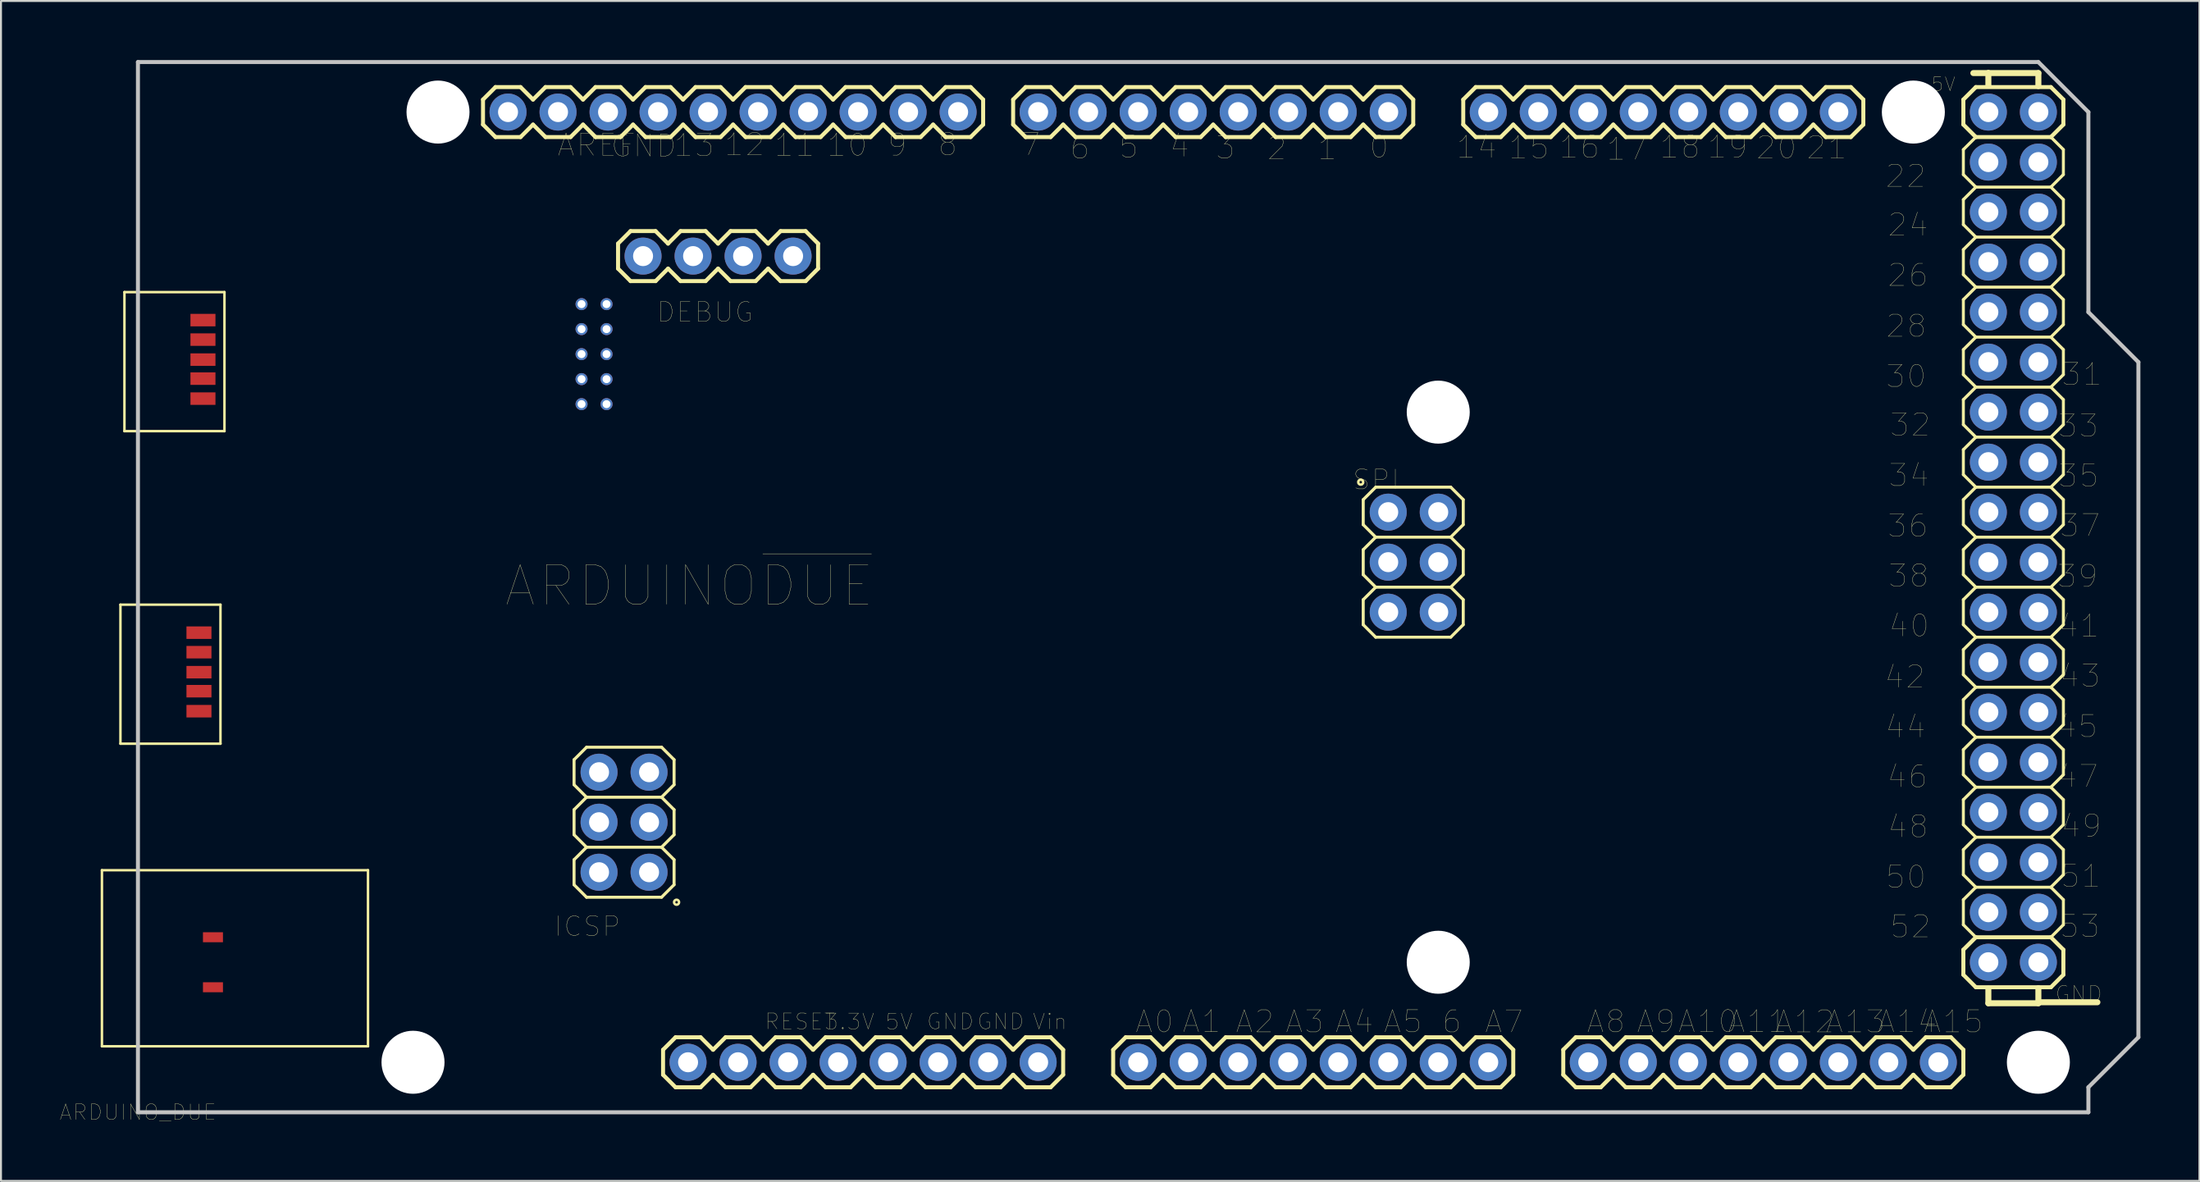
<source format=kicad_pcb>
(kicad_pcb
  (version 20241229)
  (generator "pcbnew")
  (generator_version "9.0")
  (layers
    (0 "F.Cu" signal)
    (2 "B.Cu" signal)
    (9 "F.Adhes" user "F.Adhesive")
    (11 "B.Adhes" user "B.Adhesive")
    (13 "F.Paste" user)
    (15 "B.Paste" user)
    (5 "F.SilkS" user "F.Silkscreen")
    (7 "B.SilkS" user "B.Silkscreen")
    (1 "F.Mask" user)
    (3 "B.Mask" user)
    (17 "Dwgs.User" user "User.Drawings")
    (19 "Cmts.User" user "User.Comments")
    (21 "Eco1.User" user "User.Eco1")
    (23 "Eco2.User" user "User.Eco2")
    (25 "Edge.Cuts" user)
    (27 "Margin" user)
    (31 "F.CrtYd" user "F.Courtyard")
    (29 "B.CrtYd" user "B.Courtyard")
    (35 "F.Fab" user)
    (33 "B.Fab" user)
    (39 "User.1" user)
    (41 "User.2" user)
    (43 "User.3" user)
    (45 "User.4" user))
  (footprint "ARDUINO_DUE"
    (layer "F.Cu")
    (at 3.956 53.442)
    (property "Reference" "ARDUINO_DUE" (at 0 0 0) (layer "F.SilkS") (effects (font (size 0.787 0.787) (thickness 0.015))))
    (attr through_hole)
    (fp_line (start -1.829 -12.294) (end -1.829 -3.353) (stroke (width 0.127) (type solid)) (layer "F.SilkS"))
    (fp_line (start -1.829 -3.353) (end 11.684 -3.353) (stroke (width 0.127) (type solid)) (layer "F.SilkS"))
    (fp_line (start -0.889 -25.781) (end -0.889 -18.72) (stroke (width 0.127) (type solid)) (layer "F.SilkS"))
    (fp_line (start -0.889 -18.72) (end 4.191 -18.72) (stroke (width 0.127) (type solid)) (layer "F.SilkS"))
    (fp_line (start -0.686 -41.656) (end -0.686 -34.595) (stroke (width 0.127) (type solid)) (layer "F.SilkS"))
    (fp_line (start -0.686 -34.595) (end 4.394 -34.595) (stroke (width 0.127) (type solid)) (layer "F.SilkS"))
    (fp_line (start 4.191 -25.781) (end -0.889 -25.781) (stroke (width 0.127) (type solid)) (layer "F.SilkS"))
    (fp_line (start 4.191 -18.72) (end 4.191 -25.781) (stroke (width 0.127) (type solid)) (layer "F.SilkS"))
    (fp_line (start 4.394 -41.656) (end -0.686 -41.656) (stroke (width 0.127) (type solid)) (layer "F.SilkS"))
    (fp_line (start 4.394 -34.595) (end 4.394 -41.656) (stroke (width 0.127) (type solid)) (layer "F.SilkS"))
    (fp_line (start 11.684 -12.294) (end -1.829 -12.294) (stroke (width 0.127) (type solid)) (layer "F.SilkS"))
    (fp_line (start 11.684 -3.353) (end 11.684 -12.294) (stroke (width 0.127) (type solid)) (layer "F.SilkS"))
    (fp_line (start 17.526 -51.435) (end 17.526 -50.165) (stroke (width 0.203) (type solid)) (layer "F.SilkS"))
    (fp_line (start 17.526 -50.165) (end 18.161 -49.53) (stroke (width 0.203) (type solid)) (layer "F.SilkS"))
    (fp_line (start 18.161 -52.07) (end 17.526 -51.435) (stroke (width 0.203) (type solid)) (layer "F.SilkS"))
    (fp_line (start 18.161 -52.07) (end 19.431 -52.07) (stroke (width 0.203) (type solid)) (layer "F.SilkS"))
    (fp_line (start 19.431 -52.07) (end 20.066 -51.435) (stroke (width 0.203) (type solid)) (layer "F.SilkS"))
    (fp_line (start 19.431 -49.53) (end 18.161 -49.53) (stroke (width 0.203) (type solid)) (layer "F.SilkS"))
    (fp_line (start 20.066 -50.165) (end 19.431 -49.53) (stroke (width 0.203) (type solid)) (layer "F.SilkS"))
    (fp_line (start 20.066 -50.165) (end 20.701 -49.53) (stroke (width 0.203) (type solid)) (layer "F.SilkS"))
    (fp_line (start 20.701 -52.07) (end 20.066 -51.435) (stroke (width 0.203) (type solid)) (layer "F.SilkS"))
    (fp_line (start 20.701 -52.07) (end 21.971 -52.07) (stroke (width 0.203) (type solid)) (layer "F.SilkS"))
    (fp_line (start 21.971 -52.07) (end 22.606 -51.435) (stroke (width 0.203) (type solid)) (layer "F.SilkS"))
    (fp_line (start 21.971 -49.53) (end 20.701 -49.53) (stroke (width 0.203) (type solid)) (layer "F.SilkS"))
    (fp_line (start 22.149 -17.907) (end 22.149 -16.637) (stroke (width 0.152) (type solid)) (layer "F.SilkS"))
    (fp_line (start 22.149 -16.637) (end 22.784 -16.002) (stroke (width 0.152) (type solid)) (layer "F.SilkS"))
    (fp_line (start 22.149 -15.367) (end 22.149 -14.097) (stroke (width 0.152) (type solid)) (layer "F.SilkS"))
    (fp_line (start 22.149 -14.097) (end 22.784 -13.462) (stroke (width 0.152) (type solid)) (layer "F.SilkS"))
    (fp_line (start 22.149 -12.827) (end 22.149 -11.557) (stroke (width 0.152) (type solid)) (layer "F.SilkS"))
    (fp_line (start 22.149 -11.557) (end 22.784 -10.922) (stroke (width 0.152) (type solid)) (layer "F.SilkS"))
    (fp_line (start 22.606 -50.165) (end 21.971 -49.53) (stroke (width 0.203) (type solid)) (layer "F.SilkS"))
    (fp_line (start 22.606 -50.165) (end 23.241 -49.53) (stroke (width 0.203) (type solid)) (layer "F.SilkS"))
    (fp_line (start 22.784 -18.542) (end 22.149 -17.907) (stroke (width 0.152) (type solid)) (layer "F.SilkS"))
    (fp_line (start 22.784 -16.002) (end 22.149 -15.367) (stroke (width 0.152) (type solid)) (layer "F.SilkS"))
    (fp_line (start 22.784 -13.462) (end 22.149 -12.827) (stroke (width 0.152) (type solid)) (layer "F.SilkS"))
    (fp_line (start 23.241 -52.07) (end 22.606 -51.435) (stroke (width 0.203) (type solid)) (layer "F.SilkS"))
    (fp_line (start 23.241 -52.07) (end 24.511 -52.07) (stroke (width 0.203) (type solid)) (layer "F.SilkS"))
    (fp_line (start 24.384 -44.12) (end 24.384 -42.85) (stroke (width 0.203) (type solid)) (layer "F.SilkS"))
    (fp_line (start 24.384 -42.85) (end 25.019 -42.215) (stroke (width 0.203) (type solid)) (layer "F.SilkS"))
    (fp_line (start 24.511 -52.07) (end 25.146 -51.435) (stroke (width 0.203) (type solid)) (layer "F.SilkS"))
    (fp_line (start 24.511 -49.53) (end 23.241 -49.53) (stroke (width 0.203) (type solid)) (layer "F.SilkS"))
    (fp_line (start 25.019 -44.755) (end 24.384 -44.12) (stroke (width 0.203) (type solid)) (layer "F.SilkS"))
    (fp_line (start 25.019 -44.755) (end 26.289 -44.755) (stroke (width 0.203) (type solid)) (layer "F.SilkS"))
    (fp_line (start 25.146 -51.435) (end 25.781 -52.07) (stroke (width 0.203) (type solid)) (layer "F.SilkS"))
    (fp_line (start 25.146 -50.165) (end 24.511 -49.53) (stroke (width 0.203) (type solid)) (layer "F.SilkS"))
    (fp_line (start 25.781 -52.07) (end 27.051 -52.07) (stroke (width 0.203) (type solid)) (layer "F.SilkS"))
    (fp_line (start 25.781 -49.53) (end 25.146 -50.165) (stroke (width 0.203) (type solid)) (layer "F.SilkS"))
    (fp_line (start 26.289 -44.755) (end 26.924 -44.12) (stroke (width 0.203) (type solid)) (layer "F.SilkS"))
    (fp_line (start 26.289 -42.215) (end 25.019 -42.215) (stroke (width 0.203) (type solid)) (layer "F.SilkS"))
    (fp_line (start 26.594 -18.542) (end 22.784 -18.542) (stroke (width 0.152) (type solid)) (layer "F.SilkS"))
    (fp_line (start 26.594 -18.542) (end 27.229 -17.907) (stroke (width 0.152) (type solid)) (layer "F.SilkS"))
    (fp_line (start 26.594 -16.002) (end 22.784 -16.002) (stroke (width 0.152) (type solid)) (layer "F.SilkS"))
    (fp_line (start 26.594 -16.002) (end 27.229 -15.367) (stroke (width 0.152) (type solid)) (layer "F.SilkS"))
    (fp_line (start 26.594 -13.462) (end 22.784 -13.462) (stroke (width 0.152) (type solid)) (layer "F.SilkS"))
    (fp_line (start 26.594 -13.462) (end 27.229 -12.827) (stroke (width 0.152) (type solid)) (layer "F.SilkS"))
    (fp_line (start 26.594 -10.922) (end 22.784 -10.922) (stroke (width 0.152) (type solid)) (layer "F.SilkS"))
    (fp_line (start 26.67 -3.175) (end 26.67 -1.905) (stroke (width 0.203) (type solid)) (layer "F.SilkS"))
    (fp_line (start 26.67 -1.905) (end 27.305 -1.27) (stroke (width 0.203) (type solid)) (layer "F.SilkS"))
    (fp_line (start 26.924 -42.85) (end 26.289 -42.215) (stroke (width 0.203) (type solid)) (layer "F.SilkS"))
    (fp_line (start 26.924 -42.85) (end 27.559 -42.215) (stroke (width 0.203) (type solid)) (layer "F.SilkS"))
    (fp_line (start 27.051 -52.07) (end 27.686 -51.435) (stroke (width 0.203) (type solid)) (layer "F.SilkS"))
    (fp_line (start 27.051 -49.53) (end 25.781 -49.53) (stroke (width 0.203) (type solid)) (layer "F.SilkS"))
    (fp_line (start 27.229 -17.907) (end 27.229 -16.637) (stroke (width 0.152) (type solid)) (layer "F.SilkS"))
    (fp_line (start 27.229 -16.637) (end 26.594 -16.002) (stroke (width 0.152) (type solid)) (layer "F.SilkS"))
    (fp_line (start 27.229 -15.367) (end 27.229 -14.097) (stroke (width 0.152) (type solid)) (layer "F.SilkS"))
    (fp_line (start 27.229 -14.097) (end 26.594 -13.462) (stroke (width 0.152) (type solid)) (layer "F.SilkS"))
    (fp_line (start 27.229 -12.827) (end 27.229 -11.557) (stroke (width 0.152) (type solid)) (layer "F.SilkS"))
    (fp_line (start 27.229 -11.557) (end 26.594 -10.922) (stroke (width 0.152) (type solid)) (layer "F.SilkS"))
    (fp_line (start 27.305 -3.81) (end 26.67 -3.175) (stroke (width 0.203) (type solid)) (layer "F.SilkS"))
    (fp_line (start 27.305 -3.81) (end 28.575 -3.81) (stroke (width 0.203) (type solid)) (layer "F.SilkS"))
    (fp_line (start 27.559 -44.755) (end 26.924 -44.12) (stroke (width 0.203) (type solid)) (layer "F.SilkS"))
    (fp_line (start 27.559 -44.755) (end 28.829 -44.755) (stroke (width 0.203) (type solid)) (layer "F.SilkS"))
    (fp_line (start 27.686 -51.435) (end 28.321 -52.07) (stroke (width 0.203) (type solid)) (layer "F.SilkS"))
    (fp_line (start 27.686 -50.165) (end 27.051 -49.53) (stroke (width 0.203) (type solid)) (layer "F.SilkS"))
    (fp_line (start 28.321 -52.07) (end 29.591 -52.07) (stroke (width 0.203) (type solid)) (layer "F.SilkS"))
    (fp_line (start 28.321 -49.53) (end 27.686 -50.165) (stroke (width 0.203) (type solid)) (layer "F.SilkS"))
    (fp_line (start 28.575 -3.81) (end 29.21 -3.175) (stroke (width 0.203) (type solid)) (layer "F.SilkS"))
    (fp_line (start 28.575 -1.27) (end 27.305 -1.27) (stroke (width 0.203) (type solid)) (layer "F.SilkS"))
    (fp_line (start 28.829 -44.755) (end 29.464 -44.12) (stroke (width 0.203) (type solid)) (layer "F.SilkS"))
    (fp_line (start 28.829 -42.215) (end 27.559 -42.215) (stroke (width 0.203) (type solid)) (layer "F.SilkS"))
    (fp_line (start 29.21 -1.905) (end 28.575 -1.27) (stroke (width 0.203) (type solid)) (layer "F.SilkS"))
    (fp_line (start 29.21 -1.905) (end 29.845 -1.27) (stroke (width 0.203) (type solid)) (layer "F.SilkS"))
    (fp_line (start 29.464 -42.85) (end 28.829 -42.215) (stroke (width 0.203) (type solid)) (layer "F.SilkS"))
    (fp_line (start 29.464 -42.85) (end 30.099 -42.215) (stroke (width 0.203) (type solid)) (layer "F.SilkS"))
    (fp_line (start 29.591 -52.07) (end 30.226 -51.435) (stroke (width 0.203) (type solid)) (layer "F.SilkS"))
    (fp_line (start 29.591 -49.53) (end 28.321 -49.53) (stroke (width 0.203) (type solid)) (layer "F.SilkS"))
    (fp_line (start 29.845 -3.81) (end 29.21 -3.175) (stroke (width 0.203) (type solid)) (layer "F.SilkS"))
    (fp_line (start 29.845 -3.81) (end 31.115 -3.81) (stroke (width 0.203) (type solid)) (layer "F.SilkS"))
    (fp_line (start 30.099 -44.755) (end 29.464 -44.12) (stroke (width 0.203) (type solid)) (layer "F.SilkS"))
    (fp_line (start 30.099 -44.755) (end 31.369 -44.755) (stroke (width 0.203) (type solid)) (layer "F.SilkS"))
    (fp_line (start 30.226 -50.165) (end 29.591 -49.53) (stroke (width 0.203) (type solid)) (layer "F.SilkS"))
    (fp_line (start 30.226 -50.165) (end 30.861 -49.53) (stroke (width 0.203) (type solid)) (layer "F.SilkS"))
    (fp_line (start 30.861 -52.07) (end 30.226 -51.435) (stroke (width 0.203) (type solid)) (layer "F.SilkS"))
    (fp_line (start 30.861 -52.07) (end 32.131 -52.07) (stroke (width 0.203) (type solid)) (layer "F.SilkS"))
    (fp_line (start 31.115 -3.81) (end 31.75 -3.175) (stroke (width 0.203) (type solid)) (layer "F.SilkS"))
    (fp_line (start 31.115 -1.27) (end 29.845 -1.27) (stroke (width 0.203) (type solid)) (layer "F.SilkS"))
    (fp_line (start 31.369 -44.755) (end 32.004 -44.12) (stroke (width 0.203) (type solid)) (layer "F.SilkS"))
    (fp_line (start 31.369 -42.215) (end 30.099 -42.215) (stroke (width 0.203) (type solid)) (layer "F.SilkS"))
    (fp_line (start 31.75 -1.905) (end 31.115 -1.27) (stroke (width 0.203) (type solid)) (layer "F.SilkS"))
    (fp_line (start 31.75 -1.905) (end 32.385 -1.27) (stroke (width 0.203) (type solid)) (layer "F.SilkS"))
    (fp_line (start 32.004 -44.12) (end 32.639 -44.755) (stroke (width 0.203) (type solid)) (layer "F.SilkS"))
    (fp_line (start 32.004 -42.85) (end 31.369 -42.215) (stroke (width 0.203) (type solid)) (layer "F.SilkS"))
    (fp_line (start 32.131 -52.07) (end 32.766 -51.435) (stroke (width 0.203) (type solid)) (layer "F.SilkS"))
    (fp_line (start 32.131 -49.53) (end 30.861 -49.53) (stroke (width 0.203) (type solid)) (layer "F.SilkS"))
    (fp_line (start 32.385 -3.81) (end 31.75 -3.175) (stroke (width 0.203) (type solid)) (layer "F.SilkS"))
    (fp_line (start 32.385 -3.81) (end 33.655 -3.81) (stroke (width 0.203) (type solid)) (layer "F.SilkS"))
    (fp_line (start 32.639 -44.755) (end 33.909 -44.755) (stroke (width 0.203) (type solid)) (layer "F.SilkS"))
    (fp_line (start 32.639 -42.215) (end 32.004 -42.85) (stroke (width 0.203) (type solid)) (layer "F.SilkS"))
    (fp_line (start 32.766 -51.435) (end 33.401 -52.07) (stroke (width 0.203) (type solid)) (layer "F.SilkS"))
    (fp_line (start 32.766 -50.165) (end 32.131 -49.53) (stroke (width 0.203) (type solid)) (layer "F.SilkS"))
    (fp_line (start 33.401 -52.07) (end 34.671 -52.07) (stroke (width 0.203) (type solid)) (layer "F.SilkS"))
    (fp_line (start 33.401 -49.53) (end 32.766 -50.165) (stroke (width 0.203) (type solid)) (layer "F.SilkS"))
    (fp_line (start 33.655 -3.81) (end 34.29 -3.175) (stroke (width 0.203) (type solid)) (layer "F.SilkS"))
    (fp_line (start 33.655 -1.27) (end 32.385 -1.27) (stroke (width 0.203) (type solid)) (layer "F.SilkS"))
    (fp_line (start 33.909 -44.755) (end 34.544 -44.12) (stroke (width 0.203) (type solid)) (layer "F.SilkS"))
    (fp_line (start 33.909 -42.215) (end 32.639 -42.215) (stroke (width 0.203) (type solid)) (layer "F.SilkS"))
    (fp_line (start 34.29 -3.175) (end 34.925 -3.81) (stroke (width 0.203) (type solid)) (layer "F.SilkS"))
    (fp_line (start 34.29 -1.905) (end 33.655 -1.27) (stroke (width 0.203) (type solid)) (layer "F.SilkS"))
    (fp_line (start 34.544 -44.12) (end 34.544 -42.85) (stroke (width 0.203) (type solid)) (layer "F.SilkS"))
    (fp_line (start 34.544 -42.85) (end 33.909 -42.215) (stroke (width 0.203) (type solid)) (layer "F.SilkS"))
    (fp_line (start 34.671 -52.07) (end 35.306 -51.435) (stroke (width 0.203) (type solid)) (layer "F.SilkS"))
    (fp_line (start 34.671 -49.53) (end 33.401 -49.53) (stroke (width 0.203) (type solid)) (layer "F.SilkS"))
    (fp_line (start 34.925 -3.81) (end 36.195 -3.81) (stroke (width 0.203) (type solid)) (layer "F.SilkS"))
    (fp_line (start 34.925 -1.27) (end 34.29 -1.905) (stroke (width 0.203) (type solid)) (layer "F.SilkS"))
    (fp_line (start 35.306 -51.435) (end 35.941 -52.07) (stroke (width 0.203) (type solid)) (layer "F.SilkS"))
    (fp_line (start 35.306 -50.165) (end 34.671 -49.53) (stroke (width 0.203) (type solid)) (layer "F.SilkS"))
    (fp_line (start 35.941 -52.07) (end 37.211 -52.07) (stroke (width 0.203) (type solid)) (layer "F.SilkS"))
    (fp_line (start 35.941 -49.53) (end 35.306 -50.165) (stroke (width 0.203) (type solid)) (layer "F.SilkS"))
    (fp_line (start 36.195 -3.81) (end 36.83 -3.175) (stroke (width 0.203) (type solid)) (layer "F.SilkS"))
    (fp_line (start 36.195 -1.27) (end 34.925 -1.27) (stroke (width 0.203) (type solid)) (layer "F.SilkS"))
    (fp_line (start 36.83 -3.175) (end 37.465 -3.81) (stroke (width 0.203) (type solid)) (layer "F.SilkS"))
    (fp_line (start 36.83 -1.905) (end 36.195 -1.27) (stroke (width 0.203) (type solid)) (layer "F.SilkS"))
    (fp_line (start 37.211 -52.07) (end 37.846 -51.435) (stroke (width 0.203) (type solid)) (layer "F.SilkS"))
    (fp_line (start 37.211 -49.53) (end 35.941 -49.53) (stroke (width 0.203) (type solid)) (layer "F.SilkS"))
    (fp_line (start 37.465 -3.81) (end 38.735 -3.81) (stroke (width 0.203) (type solid)) (layer "F.SilkS"))
    (fp_line (start 37.465 -1.27) (end 36.83 -1.905) (stroke (width 0.203) (type solid)) (layer "F.SilkS"))
    (fp_line (start 37.846 -50.165) (end 37.211 -49.53) (stroke (width 0.203) (type solid)) (layer "F.SilkS"))
    (fp_line (start 37.846 -50.165) (end 38.481 -49.53) (stroke (width 0.203) (type solid)) (layer "F.SilkS"))
    (fp_line (start 38.481 -52.07) (end 37.846 -51.435) (stroke (width 0.203) (type solid)) (layer "F.SilkS"))
    (fp_line (start 38.481 -52.07) (end 39.751 -52.07) (stroke (width 0.203) (type solid)) (layer "F.SilkS"))
    (fp_line (start 38.735 -3.81) (end 39.37 -3.175) (stroke (width 0.203) (type solid)) (layer "F.SilkS"))
    (fp_line (start 38.735 -1.27) (end 37.465 -1.27) (stroke (width 0.203) (type solid)) (layer "F.SilkS"))
    (fp_line (start 39.37 -1.905) (end 38.735 -1.27) (stroke (width 0.203) (type solid)) (layer "F.SilkS"))
    (fp_line (start 39.37 -1.905) (end 40.005 -1.27) (stroke (width 0.203) (type solid)) (layer "F.SilkS"))
    (fp_line (start 39.751 -52.07) (end 40.386 -51.435) (stroke (width 0.203) (type solid)) (layer "F.SilkS"))
    (fp_line (start 39.751 -49.53) (end 38.481 -49.53) (stroke (width 0.203) (type solid)) (layer "F.SilkS"))
    (fp_line (start 40.005 -3.81) (end 39.37 -3.175) (stroke (width 0.203) (type solid)) (layer "F.SilkS"))
    (fp_line (start 40.005 -3.81) (end 41.275 -3.81) (stroke (width 0.203) (type solid)) (layer "F.SilkS"))
    (fp_line (start 40.386 -50.165) (end 39.751 -49.53) (stroke (width 0.203) (type solid)) (layer "F.SilkS"))
    (fp_line (start 40.386 -50.165) (end 41.021 -49.53) (stroke (width 0.203) (type solid)) (layer "F.SilkS"))
    (fp_line (start 41.021 -52.07) (end 40.386 -51.435) (stroke (width 0.203) (type solid)) (layer "F.SilkS"))
    (fp_line (start 41.021 -52.07) (end 42.291 -52.07) (stroke (width 0.203) (type solid)) (layer "F.SilkS"))
    (fp_line (start 41.275 -3.81) (end 41.91 -3.175) (stroke (width 0.203) (type solid)) (layer "F.SilkS"))
    (fp_line (start 41.275 -1.27) (end 40.005 -1.27) (stroke (width 0.203) (type solid)) (layer "F.SilkS"))
    (fp_line (start 41.91 -3.175) (end 42.545 -3.81) (stroke (width 0.203) (type solid)) (layer "F.SilkS"))
    (fp_line (start 41.91 -1.905) (end 41.275 -1.27) (stroke (width 0.203) (type solid)) (layer "F.SilkS"))
    (fp_line (start 42.291 -52.07) (end 42.926 -51.435) (stroke (width 0.203) (type solid)) (layer "F.SilkS"))
    (fp_line (start 42.291 -49.53) (end 41.021 -49.53) (stroke (width 0.203) (type solid)) (layer "F.SilkS"))
    (fp_line (start 42.545 -3.81) (end 43.815 -3.81) (stroke (width 0.203) (type solid)) (layer "F.SilkS"))
    (fp_line (start 42.545 -1.27) (end 41.91 -1.905) (stroke (width 0.203) (type solid)) (layer "F.SilkS"))
    (fp_line (start 42.926 -51.435) (end 42.926 -50.165) (stroke (width 0.203) (type solid)) (layer "F.SilkS"))
    (fp_line (start 42.926 -50.165) (end 42.291 -49.53) (stroke (width 0.203) (type solid)) (layer "F.SilkS"))
    (fp_line (start 43.815 -3.81) (end 44.45 -3.175) (stroke (width 0.203) (type solid)) (layer "F.SilkS"))
    (fp_line (start 43.815 -1.27) (end 42.545 -1.27) (stroke (width 0.203) (type solid)) (layer "F.SilkS"))
    (fp_line (start 44.45 -51.435) (end 44.45 -50.165) (stroke (width 0.203) (type solid)) (layer "F.SilkS"))
    (fp_line (start 44.45 -50.165) (end 45.085 -49.53) (stroke (width 0.203) (type solid)) (layer "F.SilkS"))
    (fp_line (start 44.45 -3.175) (end 45.085 -3.81) (stroke (width 0.203) (type solid)) (layer "F.SilkS"))
    (fp_line (start 44.45 -1.905) (end 43.815 -1.27) (stroke (width 0.203) (type solid)) (layer "F.SilkS"))
    (fp_line (start 45.085 -52.07) (end 44.45 -51.435) (stroke (width 0.203) (type solid)) (layer "F.SilkS"))
    (fp_line (start 45.085 -52.07) (end 46.355 -52.07) (stroke (width 0.203) (type solid)) (layer "F.SilkS"))
    (fp_line (start 45.085 -3.81) (end 46.355 -3.81) (stroke (width 0.203) (type solid)) (layer "F.SilkS"))
    (fp_line (start 45.085 -1.27) (end 44.45 -1.905) (stroke (width 0.203) (type solid)) (layer "F.SilkS"))
    (fp_line (start 46.355 -52.07) (end 46.99 -51.435) (stroke (width 0.203) (type solid)) (layer "F.SilkS"))
    (fp_line (start 46.355 -49.53) (end 45.085 -49.53) (stroke (width 0.203) (type solid)) (layer "F.SilkS"))
    (fp_line (start 46.355 -3.81) (end 46.99 -3.175) (stroke (width 0.203) (type solid)) (layer "F.SilkS"))
    (fp_line (start 46.355 -1.27) (end 45.085 -1.27) (stroke (width 0.203) (type solid)) (layer "F.SilkS"))
    (fp_line (start 46.99 -51.435) (end 47.625 -52.07) (stroke (width 0.203) (type solid)) (layer "F.SilkS"))
    (fp_line (start 46.99 -50.165) (end 46.355 -49.53) (stroke (width 0.203) (type solid)) (layer "F.SilkS"))
    (fp_line (start 46.99 -3.175) (end 46.99 -1.905) (stroke (width 0.203) (type solid)) (layer "F.SilkS"))
    (fp_line (start 46.99 -1.905) (end 46.355 -1.27) (stroke (width 0.203) (type solid)) (layer "F.SilkS"))
    (fp_line (start 47.625 -52.07) (end 48.895 -52.07) (stroke (width 0.203) (type solid)) (layer "F.SilkS"))
    (fp_line (start 47.625 -49.53) (end 46.99 -50.165) (stroke (width 0.203) (type solid)) (layer "F.SilkS"))
    (fp_line (start 48.895 -52.07) (end 49.53 -51.435) (stroke (width 0.203) (type solid)) (layer "F.SilkS"))
    (fp_line (start 48.895 -49.53) (end 47.625 -49.53) (stroke (width 0.203) (type solid)) (layer "F.SilkS"))
    (fp_line (start 49.53 -51.435) (end 50.165 -52.07) (stroke (width 0.203) (type solid)) (layer "F.SilkS"))
    (fp_line (start 49.53 -50.165) (end 48.895 -49.53) (stroke (width 0.203) (type solid)) (layer "F.SilkS"))
    (fp_line (start 49.53 -3.175) (end 49.53 -1.905) (stroke (width 0.203) (type solid)) (layer "F.SilkS"))
    (fp_line (start 49.53 -1.905) (end 50.165 -1.27) (stroke (width 0.203) (type solid)) (layer "F.SilkS"))
    (fp_line (start 50.165 -52.07) (end 51.435 -52.07) (stroke (width 0.203) (type solid)) (layer "F.SilkS"))
    (fp_line (start 50.165 -49.53) (end 49.53 -50.165) (stroke (width 0.203) (type solid)) (layer "F.SilkS"))
    (fp_line (start 50.165 -3.81) (end 49.53 -3.175) (stroke (width 0.203) (type solid)) (layer "F.SilkS"))
    (fp_line (start 50.165 -3.81) (end 51.435 -3.81) (stroke (width 0.203) (type solid)) (layer "F.SilkS"))
    (fp_line (start 51.435 -52.07) (end 52.07 -51.435) (stroke (width 0.203) (type solid)) (layer "F.SilkS"))
    (fp_line (start 51.435 -49.53) (end 50.165 -49.53) (stroke (width 0.203) (type solid)) (layer "F.SilkS"))
    (fp_line (start 51.435 -3.81) (end 52.07 -3.175) (stroke (width 0.203) (type solid)) (layer "F.SilkS"))
    (fp_line (start 51.435 -1.27) (end 50.165 -1.27) (stroke (width 0.203) (type solid)) (layer "F.SilkS"))
    (fp_line (start 52.07 -50.165) (end 51.435 -49.53) (stroke (width 0.203) (type solid)) (layer "F.SilkS"))
    (fp_line (start 52.07 -50.165) (end 52.705 -49.53) (stroke (width 0.203) (type solid)) (layer "F.SilkS"))
    (fp_line (start 52.07 -3.175) (end 52.705 -3.81) (stroke (width 0.203) (type solid)) (layer "F.SilkS"))
    (fp_line (start 52.07 -1.905) (end 51.435 -1.27) (stroke (width 0.203) (type solid)) (layer "F.SilkS"))
    (fp_line (start 52.705 -52.07) (end 52.07 -51.435) (stroke (width 0.203) (type solid)) (layer "F.SilkS"))
    (fp_line (start 52.705 -52.07) (end 53.975 -52.07) (stroke (width 0.203) (type solid)) (layer "F.SilkS"))
    (fp_line (start 52.705 -3.81) (end 53.975 -3.81) (stroke (width 0.203) (type solid)) (layer "F.SilkS"))
    (fp_line (start 52.705 -1.27) (end 52.07 -1.905) (stroke (width 0.203) (type solid)) (layer "F.SilkS"))
    (fp_line (start 53.975 -52.07) (end 54.61 -51.435) (stroke (width 0.203) (type solid)) (layer "F.SilkS"))
    (fp_line (start 53.975 -49.53) (end 52.705 -49.53) (stroke (width 0.203) (type solid)) (layer "F.SilkS"))
    (fp_line (start 53.975 -3.81) (end 54.61 -3.175) (stroke (width 0.203) (type solid)) (layer "F.SilkS"))
    (fp_line (start 53.975 -1.27) (end 52.705 -1.27) (stroke (width 0.203) (type solid)) (layer "F.SilkS"))
    (fp_line (start 54.61 -51.435) (end 55.245 -52.07) (stroke (width 0.203) (type solid)) (layer "F.SilkS"))
    (fp_line (start 54.61 -50.165) (end 53.975 -49.53) (stroke (width 0.203) (type solid)) (layer "F.SilkS"))
    (fp_line (start 54.61 -3.175) (end 55.245 -3.81) (stroke (width 0.203) (type solid)) (layer "F.SilkS"))
    (fp_line (start 54.61 -1.905) (end 53.975 -1.27) (stroke (width 0.203) (type solid)) (layer "F.SilkS"))
    (fp_line (start 55.245 -52.07) (end 56.515 -52.07) (stroke (width 0.203) (type solid)) (layer "F.SilkS"))
    (fp_line (start 55.245 -49.53) (end 54.61 -50.165) (stroke (width 0.203) (type solid)) (layer "F.SilkS"))
    (fp_line (start 55.245 -3.81) (end 56.515 -3.81) (stroke (width 0.203) (type solid)) (layer "F.SilkS"))
    (fp_line (start 55.245 -1.27) (end 54.61 -1.905) (stroke (width 0.203) (type solid)) (layer "F.SilkS"))
    (fp_line (start 56.515 -52.07) (end 57.15 -51.435) (stroke (width 0.203) (type solid)) (layer "F.SilkS"))
    (fp_line (start 56.515 -49.53) (end 55.245 -49.53) (stroke (width 0.203) (type solid)) (layer "F.SilkS"))
    (fp_line (start 56.515 -3.81) (end 57.15 -3.175) (stroke (width 0.203) (type solid)) (layer "F.SilkS"))
    (fp_line (start 56.515 -1.27) (end 55.245 -1.27) (stroke (width 0.203) (type solid)) (layer "F.SilkS"))
    (fp_line (start 57.15 -51.435) (end 57.785 -52.07) (stroke (width 0.203) (type solid)) (layer "F.SilkS"))
    (fp_line (start 57.15 -50.165) (end 56.515 -49.53) (stroke (width 0.203) (type solid)) (layer "F.SilkS"))
    (fp_line (start 57.15 -1.905) (end 56.515 -1.27) (stroke (width 0.203) (type solid)) (layer "F.SilkS"))
    (fp_line (start 57.15 -1.905) (end 57.785 -1.27) (stroke (width 0.203) (type solid)) (layer "F.SilkS"))
    (fp_line (start 57.785 -52.07) (end 59.055 -52.07) (stroke (width 0.203) (type solid)) (layer "F.SilkS"))
    (fp_line (start 57.785 -49.53) (end 57.15 -50.165) (stroke (width 0.203) (type solid)) (layer "F.SilkS"))
    (fp_line (start 57.785 -3.81) (end 57.15 -3.175) (stroke (width 0.203) (type solid)) (layer "F.SilkS"))
    (fp_line (start 57.785 -3.81) (end 59.055 -3.81) (stroke (width 0.203) (type solid)) (layer "F.SilkS"))
    (fp_line (start 59.055 -52.07) (end 59.69 -51.435) (stroke (width 0.203) (type solid)) (layer "F.SilkS"))
    (fp_line (start 59.055 -49.53) (end 57.785 -49.53) (stroke (width 0.203) (type solid)) (layer "F.SilkS"))
    (fp_line (start 59.055 -3.81) (end 59.69 -3.175) (stroke (width 0.203) (type solid)) (layer "F.SilkS"))
    (fp_line (start 59.055 -1.27) (end 57.785 -1.27) (stroke (width 0.203) (type solid)) (layer "F.SilkS"))
    (fp_line (start 59.69 -50.165) (end 59.055 -49.53) (stroke (width 0.203) (type solid)) (layer "F.SilkS"))
    (fp_line (start 59.69 -50.165) (end 60.325 -49.53) (stroke (width 0.203) (type solid)) (layer "F.SilkS"))
    (fp_line (start 59.69 -3.175) (end 60.325 -3.81) (stroke (width 0.203) (type solid)) (layer "F.SilkS"))
    (fp_line (start 59.69 -1.905) (end 59.055 -1.27) (stroke (width 0.203) (type solid)) (layer "F.SilkS"))
    (fp_line (start 60.325 -52.07) (end 59.69 -51.435) (stroke (width 0.203) (type solid)) (layer "F.SilkS"))
    (fp_line (start 60.325 -52.07) (end 61.595 -52.07) (stroke (width 0.203) (type solid)) (layer "F.SilkS"))
    (fp_line (start 60.325 -3.81) (end 61.595 -3.81) (stroke (width 0.203) (type solid)) (layer "F.SilkS"))
    (fp_line (start 60.325 -1.27) (end 59.69 -1.905) (stroke (width 0.203) (type solid)) (layer "F.SilkS"))
    (fp_line (start 61.595 -52.07) (end 62.23 -51.435) (stroke (width 0.203) (type solid)) (layer "F.SilkS"))
    (fp_line (start 61.595 -49.53) (end 60.325 -49.53) (stroke (width 0.203) (type solid)) (layer "F.SilkS"))
    (fp_line (start 61.595 -3.81) (end 62.23 -3.175) (stroke (width 0.203) (type solid)) (layer "F.SilkS"))
    (fp_line (start 61.595 -1.27) (end 60.325 -1.27) (stroke (width 0.203) (type solid)) (layer "F.SilkS"))
    (fp_line (start 62.23 -50.165) (end 61.595 -49.53) (stroke (width 0.203) (type solid)) (layer "F.SilkS"))
    (fp_line (start 62.23 -50.165) (end 62.865 -49.53) (stroke (width 0.203) (type solid)) (layer "F.SilkS"))
    (fp_line (start 62.23 -31.115) (end 62.865 -31.75) (stroke (width 0.152) (type solid)) (layer "F.SilkS"))
    (fp_line (start 62.23 -29.845) (end 62.23 -31.115) (stroke (width 0.152) (type solid)) (layer "F.SilkS"))
    (fp_line (start 62.23 -28.575) (end 62.865 -29.21) (stroke (width 0.152) (type solid)) (layer "F.SilkS"))
    (fp_line (start 62.23 -27.305) (end 62.23 -28.575) (stroke (width 0.152) (type solid)) (layer "F.SilkS"))
    (fp_line (start 62.23 -26.035) (end 62.865 -26.67) (stroke (width 0.152) (type solid)) (layer "F.SilkS"))
    (fp_line (start 62.23 -24.765) (end 62.23 -26.035) (stroke (width 0.152) (type solid)) (layer "F.SilkS"))
    (fp_line (start 62.23 -3.175) (end 62.865 -3.81) (stroke (width 0.203) (type solid)) (layer "F.SilkS"))
    (fp_line (start 62.23 -1.905) (end 61.595 -1.27) (stroke (width 0.203) (type solid)) (layer "F.SilkS"))
    (fp_line (start 62.865 -52.07) (end 62.23 -51.435) (stroke (width 0.203) (type solid)) (layer "F.SilkS"))
    (fp_line (start 62.865 -52.07) (end 64.135 -52.07) (stroke (width 0.203) (type solid)) (layer "F.SilkS"))
    (fp_line (start 62.865 -31.75) (end 66.675 -31.75) (stroke (width 0.152) (type solid)) (layer "F.SilkS"))
    (fp_line (start 62.865 -29.21) (end 62.23 -29.845) (stroke (width 0.152) (type solid)) (layer "F.SilkS"))
    (fp_line (start 62.865 -29.21) (end 66.675 -29.21) (stroke (width 0.152) (type solid)) (layer "F.SilkS"))
    (fp_line (start 62.865 -26.67) (end 62.23 -27.305) (stroke (width 0.152) (type solid)) (layer "F.SilkS"))
    (fp_line (start 62.865 -26.67) (end 66.675 -26.67) (stroke (width 0.152) (type solid)) (layer "F.SilkS"))
    (fp_line (start 62.865 -24.13) (end 62.23 -24.765) (stroke (width 0.152) (type solid)) (layer "F.SilkS"))
    (fp_line (start 62.865 -24.13) (end 66.675 -24.13) (stroke (width 0.152) (type solid)) (layer "F.SilkS"))
    (fp_line (start 62.865 -3.81) (end 64.135 -3.81) (stroke (width 0.203) (type solid)) (layer "F.SilkS"))
    (fp_line (start 62.865 -1.27) (end 62.23 -1.905) (stroke (width 0.203) (type solid)) (layer "F.SilkS"))
    (fp_line (start 64.135 -52.07) (end 64.77 -51.435) (stroke (width 0.203) (type solid)) (layer "F.SilkS"))
    (fp_line (start 64.135 -49.53) (end 62.865 -49.53) (stroke (width 0.203) (type solid)) (layer "F.SilkS"))
    (fp_line (start 64.135 -3.81) (end 64.77 -3.175) (stroke (width 0.203) (type solid)) (layer "F.SilkS"))
    (fp_line (start 64.135 -1.27) (end 62.865 -1.27) (stroke (width 0.203) (type solid)) (layer "F.SilkS"))
    (fp_line (start 64.77 -51.435) (end 64.77 -50.165) (stroke (width 0.203) (type solid)) (layer "F.SilkS"))
    (fp_line (start 64.77 -50.165) (end 64.135 -49.53) (stroke (width 0.203) (type solid)) (layer "F.SilkS"))
    (fp_line (start 64.77 -1.905) (end 64.135 -1.27) (stroke (width 0.203) (type solid)) (layer "F.SilkS"))
    (fp_line (start 64.77 -1.905) (end 65.405 -1.27) (stroke (width 0.203) (type solid)) (layer "F.SilkS"))
    (fp_line (start 65.405 -3.81) (end 64.77 -3.175) (stroke (width 0.203) (type solid)) (layer "F.SilkS"))
    (fp_line (start 65.405 -3.81) (end 66.675 -3.81) (stroke (width 0.203) (type solid)) (layer "F.SilkS"))
    (fp_line (start 66.675 -29.21) (end 67.31 -29.845) (stroke (width 0.152) (type solid)) (layer "F.SilkS"))
    (fp_line (start 66.675 -26.67) (end 67.31 -27.305) (stroke (width 0.152) (type solid)) (layer "F.SilkS"))
    (fp_line (start 66.675 -24.13) (end 67.31 -24.765) (stroke (width 0.152) (type solid)) (layer "F.SilkS"))
    (fp_line (start 66.675 -3.81) (end 67.31 -3.175) (stroke (width 0.203) (type solid)) (layer "F.SilkS"))
    (fp_line (start 66.675 -1.27) (end 65.405 -1.27) (stroke (width 0.203) (type solid)) (layer "F.SilkS"))
    (fp_line (start 67.31 -51.435) (end 67.31 -50.165) (stroke (width 0.203) (type solid)) (layer "F.SilkS"))
    (fp_line (start 67.31 -50.165) (end 67.945 -49.53) (stroke (width 0.203) (type solid)) (layer "F.SilkS"))
    (fp_line (start 67.31 -31.115) (end 66.675 -31.75) (stroke (width 0.152) (type solid)) (layer "F.SilkS"))
    (fp_line (start 67.31 -29.845) (end 67.31 -31.115) (stroke (width 0.152) (type solid)) (layer "F.SilkS"))
    (fp_line (start 67.31 -28.575) (end 66.675 -29.21) (stroke (width 0.152) (type solid)) (layer "F.SilkS"))
    (fp_line (start 67.31 -27.305) (end 67.31 -28.575) (stroke (width 0.152) (type solid)) (layer "F.SilkS"))
    (fp_line (start 67.31 -26.035) (end 66.675 -26.67) (stroke (width 0.152) (type solid)) (layer "F.SilkS"))
    (fp_line (start 67.31 -24.765) (end 67.31 -26.035) (stroke (width 0.152) (type solid)) (layer "F.SilkS"))
    (fp_line (start 67.31 -1.905) (end 66.675 -1.27) (stroke (width 0.203) (type solid)) (layer "F.SilkS"))
    (fp_line (start 67.31 -1.905) (end 67.945 -1.27) (stroke (width 0.203) (type solid)) (layer "F.SilkS"))
    (fp_line (start 67.945 -52.07) (end 67.31 -51.435) (stroke (width 0.203) (type solid)) (layer "F.SilkS"))
    (fp_line (start 67.945 -52.07) (end 69.215 -52.07) (stroke (width 0.203) (type solid)) (layer "F.SilkS"))
    (fp_line (start 67.945 -3.81) (end 67.31 -3.175) (stroke (width 0.203) (type solid)) (layer "F.SilkS"))
    (fp_line (start 67.945 -3.81) (end 69.215 -3.81) (stroke (width 0.203) (type solid)) (layer "F.SilkS"))
    (fp_line (start 69.215 -52.07) (end 69.85 -51.435) (stroke (width 0.203) (type solid)) (layer "F.SilkS"))
    (fp_line (start 69.215 -49.53) (end 67.945 -49.53) (stroke (width 0.203) (type solid)) (layer "F.SilkS"))
    (fp_line (start 69.215 -3.81) (end 69.85 -3.175) (stroke (width 0.203) (type solid)) (layer "F.SilkS"))
    (fp_line (start 69.215 -1.27) (end 67.945 -1.27) (stroke (width 0.203) (type solid)) (layer "F.SilkS"))
    (fp_line (start 69.85 -51.435) (end 70.485 -52.07) (stroke (width 0.203) (type solid)) (layer "F.SilkS"))
    (fp_line (start 69.85 -50.165) (end 69.215 -49.53) (stroke (width 0.203) (type solid)) (layer "F.SilkS"))
    (fp_line (start 69.85 -3.175) (end 69.85 -1.905) (stroke (width 0.203) (type solid)) (layer "F.SilkS"))
    (fp_line (start 69.85 -1.905) (end 69.215 -1.27) (stroke (width 0.203) (type solid)) (layer "F.SilkS"))
    (fp_line (start 70.485 -52.07) (end 71.755 -52.07) (stroke (width 0.203) (type solid)) (layer "F.SilkS"))
    (fp_line (start 70.485 -49.53) (end 69.85 -50.165) (stroke (width 0.203) (type solid)) (layer "F.SilkS"))
    (fp_line (start 71.755 -52.07) (end 72.39 -51.435) (stroke (width 0.203) (type solid)) (layer "F.SilkS"))
    (fp_line (start 71.755 -49.53) (end 70.485 -49.53) (stroke (width 0.203) (type solid)) (layer "F.SilkS"))
    (fp_line (start 72.39 -51.435) (end 73.025 -52.07) (stroke (width 0.203) (type solid)) (layer "F.SilkS"))
    (fp_line (start 72.39 -50.165) (end 71.755 -49.53) (stroke (width 0.203) (type solid)) (layer "F.SilkS"))
    (fp_line (start 72.39 -3.175) (end 72.39 -1.905) (stroke (width 0.203) (type solid)) (layer "F.SilkS"))
    (fp_line (start 72.39 -1.905) (end 73.025 -1.27) (stroke (width 0.203) (type solid)) (layer "F.SilkS"))
    (fp_line (start 73.025 -52.07) (end 74.295 -52.07) (stroke (width 0.203) (type solid)) (layer "F.SilkS"))
    (fp_line (start 73.025 -49.53) (end 72.39 -50.165) (stroke (width 0.203) (type solid)) (layer "F.SilkS"))
    (fp_line (start 73.025 -3.81) (end 72.39 -3.175) (stroke (width 0.203) (type solid)) (layer "F.SilkS"))
    (fp_line (start 73.025 -3.81) (end 74.295 -3.81) (stroke (width 0.203) (type solid)) (layer "F.SilkS"))
    (fp_line (start 74.295 -52.07) (end 74.93 -51.435) (stroke (width 0.203) (type solid)) (layer "F.SilkS"))
    (fp_line (start 74.295 -49.53) (end 73.025 -49.53) (stroke (width 0.203) (type solid)) (layer "F.SilkS"))
    (fp_line (start 74.295 -3.81) (end 74.93 -3.175) (stroke (width 0.203) (type solid)) (layer "F.SilkS"))
    (fp_line (start 74.295 -1.27) (end 73.025 -1.27) (stroke (width 0.203) (type solid)) (layer "F.SilkS"))
    (fp_line (start 74.93 -50.165) (end 74.295 -49.53) (stroke (width 0.203) (type solid)) (layer "F.SilkS"))
    (fp_line (start 74.93 -50.165) (end 75.565 -49.53) (stroke (width 0.203) (type solid)) (layer "F.SilkS"))
    (fp_line (start 74.93 -3.175) (end 75.565 -3.81) (stroke (width 0.203) (type solid)) (layer "F.SilkS"))
    (fp_line (start 74.93 -1.905) (end 74.295 -1.27) (stroke (width 0.203) (type solid)) (layer "F.SilkS"))
    (fp_line (start 75.565 -52.07) (end 74.93 -51.435) (stroke (width 0.203) (type solid)) (layer "F.SilkS"))
    (fp_line (start 75.565 -52.07) (end 76.835 -52.07) (stroke (width 0.203) (type solid)) (layer "F.SilkS"))
    (fp_line (start 75.565 -3.81) (end 76.835 -3.81) (stroke (width 0.203) (type solid)) (layer "F.SilkS"))
    (fp_line (start 75.565 -1.27) (end 74.93 -1.905) (stroke (width 0.203) (type solid)) (layer "F.SilkS"))
    (fp_line (start 76.835 -52.07) (end 77.47 -51.435) (stroke (width 0.203) (type solid)) (layer "F.SilkS"))
    (fp_line (start 76.835 -49.53) (end 75.565 -49.53) (stroke (width 0.203) (type solid)) (layer "F.SilkS"))
    (fp_line (start 76.835 -3.81) (end 77.47 -3.175) (stroke (width 0.203) (type solid)) (layer "F.SilkS"))
    (fp_line (start 76.835 -1.27) (end 75.565 -1.27) (stroke (width 0.203) (type solid)) (layer "F.SilkS"))
    (fp_line (start 77.47 -51.435) (end 78.105 -52.07) (stroke (width 0.203) (type solid)) (layer "F.SilkS"))
    (fp_line (start 77.47 -50.165) (end 76.835 -49.53) (stroke (width 0.203) (type solid)) (layer "F.SilkS"))
    (fp_line (start 77.47 -3.175) (end 78.105 -3.81) (stroke (width 0.203) (type solid)) (layer "F.SilkS"))
    (fp_line (start 77.47 -1.905) (end 76.835 -1.27) (stroke (width 0.203) (type solid)) (layer "F.SilkS"))
    (fp_line (start 78.105 -52.07) (end 79.375 -52.07) (stroke (width 0.203) (type solid)) (layer "F.SilkS"))
    (fp_line (start 78.105 -49.53) (end 77.47 -50.165) (stroke (width 0.203) (type solid)) (layer "F.SilkS"))
    (fp_line (start 78.105 -3.81) (end 79.375 -3.81) (stroke (width 0.203) (type solid)) (layer "F.SilkS"))
    (fp_line (start 78.105 -1.27) (end 77.47 -1.905) (stroke (width 0.203) (type solid)) (layer "F.SilkS"))
    (fp_line (start 79.375 -52.07) (end 80.01 -51.435) (stroke (width 0.203) (type solid)) (layer "F.SilkS"))
    (fp_line (start 79.375 -49.53) (end 78.105 -49.53) (stroke (width 0.203) (type solid)) (layer "F.SilkS"))
    (fp_line (start 79.375 -3.81) (end 80.01 -3.175) (stroke (width 0.203) (type solid)) (layer "F.SilkS"))
    (fp_line (start 79.375 -1.27) (end 78.105 -1.27) (stroke (width 0.203) (type solid)) (layer "F.SilkS"))
    (fp_line (start 80.01 -51.435) (end 80.645 -52.07) (stroke (width 0.203) (type solid)) (layer "F.SilkS"))
    (fp_line (start 80.01 -50.165) (end 79.375 -49.53) (stroke (width 0.203) (type solid)) (layer "F.SilkS"))
    (fp_line (start 80.01 -1.905) (end 79.375 -1.27) (stroke (width 0.203) (type solid)) (layer "F.SilkS"))
    (fp_line (start 80.01 -1.905) (end 80.645 -1.27) (stroke (width 0.203) (type solid)) (layer "F.SilkS"))
    (fp_line (start 80.645 -52.07) (end 81.915 -52.07) (stroke (width 0.203) (type solid)) (layer "F.SilkS"))
    (fp_line (start 80.645 -49.53) (end 80.01 -50.165) (stroke (width 0.203) (type solid)) (layer "F.SilkS"))
    (fp_line (start 80.645 -3.81) (end 80.01 -3.175) (stroke (width 0.203) (type solid)) (layer "F.SilkS"))
    (fp_line (start 80.645 -3.81) (end 81.915 -3.81) (stroke (width 0.203) (type solid)) (layer "F.SilkS"))
    (fp_line (start 81.915 -52.07) (end 82.55 -51.435) (stroke (width 0.203) (type solid)) (layer "F.SilkS"))
    (fp_line (start 81.915 -49.53) (end 80.645 -49.53) (stroke (width 0.203) (type solid)) (layer "F.SilkS"))
    (fp_line (start 81.915 -3.81) (end 82.55 -3.175) (stroke (width 0.203) (type solid)) (layer "F.SilkS"))
    (fp_line (start 81.915 -1.27) (end 80.645 -1.27) (stroke (width 0.203) (type solid)) (layer "F.SilkS"))
    (fp_line (start 82.55 -50.165) (end 81.915 -49.53) (stroke (width 0.203) (type solid)) (layer "F.SilkS"))
    (fp_line (start 82.55 -50.165) (end 83.185 -49.53) (stroke (width 0.203) (type solid)) (layer "F.SilkS"))
    (fp_line (start 82.55 -3.175) (end 83.185 -3.81) (stroke (width 0.203) (type solid)) (layer "F.SilkS"))
    (fp_line (start 82.55 -1.905) (end 81.915 -1.27) (stroke (width 0.203) (type solid)) (layer "F.SilkS"))
    (fp_line (start 83.185 -52.07) (end 82.55 -51.435) (stroke (width 0.203) (type solid)) (layer "F.SilkS"))
    (fp_line (start 83.185 -52.07) (end 84.455 -52.07) (stroke (width 0.203) (type solid)) (layer "F.SilkS"))
    (fp_line (start 83.185 -3.81) (end 84.455 -3.81) (stroke (width 0.203) (type solid)) (layer "F.SilkS"))
    (fp_line (start 83.185 -1.27) (end 82.55 -1.905) (stroke (width 0.203) (type solid)) (layer "F.SilkS"))
    (fp_line (start 84.455 -52.07) (end 85.09 -51.435) (stroke (width 0.203) (type solid)) (layer "F.SilkS"))
    (fp_line (start 84.455 -49.53) (end 83.185 -49.53) (stroke (width 0.203) (type solid)) (layer "F.SilkS"))
    (fp_line (start 84.455 -3.81) (end 85.09 -3.175) (stroke (width 0.203) (type solid)) (layer "F.SilkS"))
    (fp_line (start 84.455 -1.27) (end 83.185 -1.27) (stroke (width 0.203) (type solid)) (layer "F.SilkS"))
    (fp_line (start 85.09 -50.165) (end 84.455 -49.53) (stroke (width 0.203) (type solid)) (layer "F.SilkS"))
    (fp_line (start 85.09 -50.165) (end 85.725 -49.53) (stroke (width 0.203) (type solid)) (layer "F.SilkS"))
    (fp_line (start 85.09 -3.175) (end 85.725 -3.81) (stroke (width 0.203) (type solid)) (layer "F.SilkS"))
    (fp_line (start 85.09 -1.905) (end 84.455 -1.27) (stroke (width 0.203) (type solid)) (layer "F.SilkS"))
    (fp_line (start 85.725 -52.07) (end 85.09 -51.435) (stroke (width 0.203) (type solid)) (layer "F.SilkS"))
    (fp_line (start 85.725 -52.07) (end 86.995 -52.07) (stroke (width 0.203) (type solid)) (layer "F.SilkS"))
    (fp_line (start 85.725 -3.81) (end 86.995 -3.81) (stroke (width 0.203) (type solid)) (layer "F.SilkS"))
    (fp_line (start 85.725 -1.27) (end 85.09 -1.905) (stroke (width 0.203) (type solid)) (layer "F.SilkS"))
    (fp_line (start 86.995 -52.07) (end 87.63 -51.435) (stroke (width 0.203) (type solid)) (layer "F.SilkS"))
    (fp_line (start 86.995 -49.53) (end 85.725 -49.53) (stroke (width 0.203) (type solid)) (layer "F.SilkS"))
    (fp_line (start 86.995 -3.81) (end 87.63 -3.175) (stroke (width 0.203) (type solid)) (layer "F.SilkS"))
    (fp_line (start 86.995 -1.27) (end 85.725 -1.27) (stroke (width 0.203) (type solid)) (layer "F.SilkS"))
    (fp_line (start 87.63 -51.435) (end 87.63 -50.165) (stroke (width 0.203) (type solid)) (layer "F.SilkS"))
    (fp_line (start 87.63 -50.165) (end 86.995 -49.53) (stroke (width 0.203) (type solid)) (layer "F.SilkS"))
    (fp_line (start 87.63 -1.905) (end 86.995 -1.27) (stroke (width 0.203) (type solid)) (layer "F.SilkS"))
    (fp_line (start 87.63 -1.905) (end 88.265 -1.27) (stroke (width 0.203) (type solid)) (layer "F.SilkS"))
    (fp_line (start 88.265 -3.81) (end 87.63 -3.175) (stroke (width 0.203) (type solid)) (layer "F.SilkS"))
    (fp_line (start 88.265 -3.81) (end 89.535 -3.81) (stroke (width 0.203) (type solid)) (layer "F.SilkS"))
    (fp_line (start 89.535 -3.81) (end 90.17 -3.175) (stroke (width 0.203) (type solid)) (layer "F.SilkS"))
    (fp_line (start 89.535 -1.27) (end 88.265 -1.27) (stroke (width 0.203) (type solid)) (layer "F.SilkS"))
    (fp_line (start 90.17 -1.905) (end 89.535 -1.27) (stroke (width 0.203) (type solid)) (layer "F.SilkS"))
    (fp_line (start 90.17 -1.905) (end 90.805 -1.27) (stroke (width 0.203) (type solid)) (layer "F.SilkS"))
    (fp_line (start 90.805 -3.81) (end 90.17 -3.175) (stroke (width 0.203) (type solid)) (layer "F.SilkS"))
    (fp_line (start 90.805 -3.81) (end 92.075 -3.81) (stroke (width 0.203) (type solid)) (layer "F.SilkS"))
    (fp_line (start 92.075 -3.81) (end 92.71 -3.175) (stroke (width 0.203) (type solid)) (layer "F.SilkS"))
    (fp_line (start 92.075 -1.27) (end 90.805 -1.27) (stroke (width 0.203) (type solid)) (layer "F.SilkS"))
    (fp_line (start 92.71 -51.435) (end 92.71 -50.165) (stroke (width 0.203) (type solid)) (layer "F.SilkS"))
    (fp_line (start 92.71 -50.165) (end 93.345 -49.53) (stroke (width 0.203) (type solid)) (layer "F.SilkS"))
    (fp_line (start 92.71 -48.895) (end 93.345 -49.53) (stroke (width 0.152) (type solid)) (layer "F.SilkS"))
    (fp_line (start 92.71 -47.625) (end 92.71 -48.895) (stroke (width 0.152) (type solid)) (layer "F.SilkS"))
    (fp_line (start 92.71 -46.355) (end 93.345 -46.99) (stroke (width 0.152) (type solid)) (layer "F.SilkS"))
    (fp_line (start 92.71 -45.085) (end 92.71 -46.355) (stroke (width 0.152) (type solid)) (layer "F.SilkS"))
    (fp_line (start 92.71 -43.815) (end 93.345 -44.45) (stroke (width 0.152) (type solid)) (layer "F.SilkS"))
    (fp_line (start 92.71 -42.545) (end 92.71 -43.815) (stroke (width 0.152) (type solid)) (layer "F.SilkS"))
    (fp_line (start 92.71 -41.275) (end 93.345 -41.91) (stroke (width 0.152) (type solid)) (layer "F.SilkS"))
    (fp_line (start 92.71 -40.005) (end 92.71 -41.275) (stroke (width 0.152) (type solid)) (layer "F.SilkS"))
    (fp_line (start 92.71 -38.735) (end 93.345 -39.37) (stroke (width 0.152) (type solid)) (layer "F.SilkS"))
    (fp_line (start 92.71 -37.465) (end 92.71 -38.735) (stroke (width 0.152) (type solid)) (layer "F.SilkS"))
    (fp_line (start 92.71 -36.195) (end 93.345 -36.83) (stroke (width 0.152) (type solid)) (layer "F.SilkS"))
    (fp_line (start 92.71 -34.925) (end 92.71 -36.195) (stroke (width 0.152) (type solid)) (layer "F.SilkS"))
    (fp_line (start 92.71 -33.655) (end 93.345 -34.29) (stroke (width 0.152) (type solid)) (layer "F.SilkS"))
    (fp_line (start 92.71 -32.385) (end 92.71 -33.655) (stroke (width 0.152) (type solid)) (layer "F.SilkS"))
    (fp_line (start 92.71 -31.115) (end 93.345 -31.75) (stroke (width 0.152) (type solid)) (layer "F.SilkS"))
    (fp_line (start 92.71 -29.845) (end 92.71 -31.115) (stroke (width 0.152) (type solid)) (layer "F.SilkS"))
    (fp_line (start 92.71 -28.575) (end 93.345 -29.21) (stroke (width 0.152) (type solid)) (layer "F.SilkS"))
    (fp_line (start 92.71 -27.305) (end 92.71 -28.575) (stroke (width 0.152) (type solid)) (layer "F.SilkS"))
    (fp_line (start 92.71 -26.035) (end 93.345 -26.67) (stroke (width 0.152) (type solid)) (layer "F.SilkS"))
    (fp_line (start 92.71 -24.765) (end 92.71 -26.035) (stroke (width 0.152) (type solid)) (layer "F.SilkS"))
    (fp_line (start 92.71 -23.495) (end 93.345 -24.13) (stroke (width 0.152) (type solid)) (layer "F.SilkS"))
    (fp_line (start 92.71 -22.225) (end 92.71 -23.495) (stroke (width 0.152) (type solid)) (layer "F.SilkS"))
    (fp_line (start 92.71 -20.955) (end 93.345 -21.59) (stroke (width 0.152) (type solid)) (layer "F.SilkS"))
    (fp_line (start 92.71 -19.685) (end 92.71 -20.955) (stroke (width 0.152) (type solid)) (layer "F.SilkS"))
    (fp_line (start 92.71 -18.415) (end 93.345 -19.05) (stroke (width 0.152) (type solid)) (layer "F.SilkS"))
    (fp_line (start 92.71 -17.145) (end 92.71 -18.415) (stroke (width 0.152) (type solid)) (layer "F.SilkS"))
    (fp_line (start 92.71 -15.875) (end 93.345 -16.51) (stroke (width 0.152) (type solid)) (layer "F.SilkS"))
    (fp_line (start 92.71 -14.605) (end 92.71 -15.875) (stroke (width 0.152) (type solid)) (layer "F.SilkS"))
    (fp_line (start 92.71 -13.335) (end 93.345 -13.97) (stroke (width 0.152) (type solid)) (layer "F.SilkS"))
    (fp_line (start 92.71 -12.065) (end 92.71 -13.335) (stroke (width 0.152) (type solid)) (layer "F.SilkS"))
    (fp_line (start 92.71 -10.795) (end 93.345 -11.43) (stroke (width 0.152) (type solid)) (layer "F.SilkS"))
    (fp_line (start 92.71 -9.525) (end 92.71 -10.795) (stroke (width 0.152) (type solid)) (layer "F.SilkS"))
    (fp_line (start 92.71 -8.255) (end 92.71 -6.985) (stroke (width 0.203) (type solid)) (layer "F.SilkS"))
    (fp_line (start 92.71 -6.985) (end 93.345 -6.35) (stroke (width 0.203) (type solid)) (layer "F.SilkS"))
    (fp_line (start 92.71 -3.175) (end 92.71 -1.905) (stroke (width 0.203) (type solid)) (layer "F.SilkS"))
    (fp_line (start 92.71 -1.905) (end 92.075 -1.27) (stroke (width 0.203) (type solid)) (layer "F.SilkS"))
    (fp_line (start 93.218 -52.781) (end 93.98 -52.781) (stroke (width 0.305) (type solid)) (layer "F.SilkS"))
    (fp_line (start 93.345 -52.07) (end 92.71 -51.435) (stroke (width 0.203) (type solid)) (layer "F.SilkS"))
    (fp_line (start 93.345 -52.07) (end 97.155 -52.07) (stroke (width 0.203) (type solid)) (layer "F.SilkS"))
    (fp_line (start 93.345 -46.99) (end 92.71 -47.625) (stroke (width 0.152) (type solid)) (layer "F.SilkS"))
    (fp_line (start 93.345 -46.99) (end 97.155 -46.99) (stroke (width 0.152) (type solid)) (layer "F.SilkS"))
    (fp_line (start 93.345 -44.45) (end 92.71 -45.085) (stroke (width 0.152) (type solid)) (layer "F.SilkS"))
    (fp_line (start 93.345 -44.45) (end 97.155 -44.45) (stroke (width 0.152) (type solid)) (layer "F.SilkS"))
    (fp_line (start 93.345 -41.91) (end 92.71 -42.545) (stroke (width 0.152) (type solid)) (layer "F.SilkS"))
    (fp_line (start 93.345 -41.91) (end 97.155 -41.91) (stroke (width 0.152) (type solid)) (layer "F.SilkS"))
    (fp_line (start 93.345 -39.37) (end 92.71 -40.005) (stroke (width 0.152) (type solid)) (layer "F.SilkS"))
    (fp_line (start 93.345 -39.37) (end 97.155 -39.37) (stroke (width 0.152) (type solid)) (layer "F.SilkS"))
    (fp_line (start 93.345 -36.83) (end 92.71 -37.465) (stroke (width 0.152) (type solid)) (layer "F.SilkS"))
    (fp_line (start 93.345 -36.83) (end 97.155 -36.83) (stroke (width 0.152) (type solid)) (layer "F.SilkS"))
    (fp_line (start 93.345 -34.29) (end 92.71 -34.925) (stroke (width 0.152) (type solid)) (layer "F.SilkS"))
    (fp_line (start 93.345 -34.29) (end 97.155 -34.29) (stroke (width 0.152) (type solid)) (layer "F.SilkS"))
    (fp_line (start 93.345 -31.75) (end 92.71 -32.385) (stroke (width 0.152) (type solid)) (layer "F.SilkS"))
    (fp_line (start 93.345 -31.75) (end 97.155 -31.75) (stroke (width 0.152) (type solid)) (layer "F.SilkS"))
    (fp_line (start 93.345 -29.21) (end 92.71 -29.845) (stroke (width 0.152) (type solid)) (layer "F.SilkS"))
    (fp_line (start 93.345 -29.21) (end 97.155 -29.21) (stroke (width 0.152) (type solid)) (layer "F.SilkS"))
    (fp_line (start 93.345 -26.67) (end 92.71 -27.305) (stroke (width 0.152) (type solid)) (layer "F.SilkS"))
    (fp_line (start 93.345 -26.67) (end 97.155 -26.67) (stroke (width 0.152) (type solid)) (layer "F.SilkS"))
    (fp_line (start 93.345 -24.13) (end 92.71 -24.765) (stroke (width 0.152) (type solid)) (layer "F.SilkS"))
    (fp_line (start 93.345 -24.13) (end 97.155 -24.13) (stroke (width 0.152) (type solid)) (layer "F.SilkS"))
    (fp_line (start 93.345 -21.59) (end 92.71 -22.225) (stroke (width 0.152) (type solid)) (layer "F.SilkS"))
    (fp_line (start 93.345 -21.59) (end 97.155 -21.59) (stroke (width 0.152) (type solid)) (layer "F.SilkS"))
    (fp_line (start 93.345 -19.05) (end 92.71 -19.685) (stroke (width 0.152) (type solid)) (layer "F.SilkS"))
    (fp_line (start 93.345 -19.05) (end 97.155 -19.05) (stroke (width 0.152) (type solid)) (layer "F.SilkS"))
    (fp_line (start 93.345 -16.51) (end 92.71 -17.145) (stroke (width 0.152) (type solid)) (layer "F.SilkS"))
    (fp_line (start 93.345 -16.51) (end 97.155 -16.51) (stroke (width 0.152) (type solid)) (layer "F.SilkS"))
    (fp_line (start 93.345 -13.97) (end 92.71 -14.605) (stroke (width 0.152) (type solid)) (layer "F.SilkS"))
    (fp_line (start 93.345 -13.97) (end 97.155 -13.97) (stroke (width 0.152) (type solid)) (layer "F.SilkS"))
    (fp_line (start 93.345 -11.43) (end 92.71 -12.065) (stroke (width 0.152) (type solid)) (layer "F.SilkS"))
    (fp_line (start 93.345 -11.43) (end 97.155 -11.43) (stroke (width 0.152) (type solid)) (layer "F.SilkS"))
    (fp_line (start 93.345 -8.89) (end 92.71 -9.525) (stroke (width 0.152) (type solid)) (layer "F.SilkS"))
    (fp_line (start 93.345 -8.89) (end 92.71 -8.255) (stroke (width 0.203) (type solid)) (layer "F.SilkS"))
    (fp_line (start 93.345 -8.89) (end 97.155 -8.89) (stroke (width 0.203) (type solid)) (layer "F.SilkS"))
    (fp_line (start 93.98 -52.781) (end 96.52 -52.781) (stroke (width 0.305) (type solid)) (layer "F.SilkS"))
    (fp_line (start 93.98 -52.146) (end 93.98 -52.781) (stroke (width 0.305) (type solid)) (layer "F.SilkS"))
    (fp_line (start 93.98 -6.274) (end 93.98 -5.537) (stroke (width 0.305) (type solid)) (layer "F.SilkS"))
    (fp_line (start 93.98 -5.537) (end 96.52 -5.537) (stroke (width 0.305) (type solid)) (layer "F.SilkS"))
    (fp_line (start 96.52 -52.781) (end 96.52 -52.121) (stroke (width 0.305) (type solid)) (layer "F.SilkS"))
    (fp_line (start 96.52 -5.588) (end 96.52 -6.299) (stroke (width 0.305) (type solid)) (layer "F.SilkS"))
    (fp_line (start 96.52 -5.588) (end 99.517 -5.588) (stroke (width 0.305) (type solid)) (layer "F.SilkS"))
    (fp_line (start 96.52 -5.537) (end 96.52 -5.588) (stroke (width 0.305) (type solid)) (layer "F.SilkS"))
    (fp_line (start 97.155 -52.07) (end 97.79 -51.435) (stroke (width 0.203) (type solid)) (layer "F.SilkS"))
    (fp_line (start 97.155 -49.53) (end 93.345 -49.53) (stroke (width 0.203) (type solid)) (layer "F.SilkS"))
    (fp_line (start 97.155 -49.53) (end 97.79 -48.895) (stroke (width 0.152) (type solid)) (layer "F.SilkS"))
    (fp_line (start 97.155 -46.99) (end 97.79 -47.625) (stroke (width 0.152) (type solid)) (layer "F.SilkS"))
    (fp_line (start 97.155 -46.99) (end 97.79 -46.355) (stroke (width 0.152) (type solid)) (layer "F.SilkS"))
    (fp_line (start 97.155 -44.45) (end 97.79 -45.085) (stroke (width 0.152) (type solid)) (layer "F.SilkS"))
    (fp_line (start 97.155 -41.91) (end 97.79 -42.545) (stroke (width 0.152) (type solid)) (layer "F.SilkS"))
    (fp_line (start 97.155 -39.37) (end 97.79 -40.005) (stroke (width 0.152) (type solid)) (layer "F.SilkS"))
    (fp_line (start 97.155 -36.83) (end 97.79 -37.465) (stroke (width 0.152) (type solid)) (layer "F.SilkS"))
    (fp_line (start 97.155 -34.29) (end 97.79 -34.925) (stroke (width 0.152) (type solid)) (layer "F.SilkS"))
    (fp_line (start 97.155 -31.75) (end 97.79 -32.385) (stroke (width 0.152) (type solid)) (layer "F.SilkS"))
    (fp_line (start 97.155 -29.21) (end 97.79 -29.845) (stroke (width 0.152) (type solid)) (layer "F.SilkS"))
    (fp_line (start 97.155 -29.21) (end 97.79 -28.575) (stroke (width 0.152) (type solid)) (layer "F.SilkS"))
    (fp_line (start 97.155 -26.67) (end 97.79 -27.305) (stroke (width 0.152) (type solid)) (layer "F.SilkS"))
    (fp_line (start 97.155 -26.67) (end 97.79 -26.035) (stroke (width 0.152) (type solid)) (layer "F.SilkS"))
    (fp_line (start 97.155 -24.13) (end 97.79 -24.765) (stroke (width 0.152) (type solid)) (layer "F.SilkS"))
    (fp_line (start 97.155 -21.59) (end 97.79 -22.225) (stroke (width 0.152) (type solid)) (layer "F.SilkS"))
    (fp_line (start 97.155 -19.05) (end 97.79 -19.685) (stroke (width 0.152) (type solid)) (layer "F.SilkS"))
    (fp_line (start 97.155 -16.51) (end 97.79 -17.145) (stroke (width 0.152) (type solid)) (layer "F.SilkS"))
    (fp_line (start 97.155 -13.97) (end 97.79 -14.605) (stroke (width 0.152) (type solid)) (layer "F.SilkS"))
    (fp_line (start 97.155 -11.43) (end 97.79 -12.065) (stroke (width 0.152) (type solid)) (layer "F.SilkS"))
    (fp_line (start 97.155 -8.89) (end 97.79 -9.525) (stroke (width 0.152) (type solid)) (layer "F.SilkS"))
    (fp_line (start 97.155 -8.89) (end 97.79 -8.255) (stroke (width 0.203) (type solid)) (layer "F.SilkS"))
    (fp_line (start 97.155 -6.35) (end 93.345 -6.35) (stroke (width 0.203) (type solid)) (layer "F.SilkS"))
    (fp_line (start 97.79 -51.435) (end 97.79 -50.165) (stroke (width 0.203) (type solid)) (layer "F.SilkS"))
    (fp_line (start 97.79 -50.165) (end 97.155 -49.53) (stroke (width 0.203) (type solid)) (layer "F.SilkS"))
    (fp_line (start 97.79 -47.625) (end 97.79 -48.895) (stroke (width 0.152) (type solid)) (layer "F.SilkS"))
    (fp_line (start 97.79 -45.085) (end 97.79 -46.355) (stroke (width 0.152) (type solid)) (layer "F.SilkS"))
    (fp_line (start 97.79 -43.815) (end 97.155 -44.45) (stroke (width 0.152) (type solid)) (layer "F.SilkS"))
    (fp_line (start 97.79 -42.545) (end 97.79 -43.815) (stroke (width 0.152) (type solid)) (layer "F.SilkS"))
    (fp_line (start 97.79 -41.275) (end 97.155 -41.91) (stroke (width 0.152) (type solid)) (layer "F.SilkS"))
    (fp_line (start 97.79 -40.005) (end 97.79 -41.275) (stroke (width 0.152) (type solid)) (layer "F.SilkS"))
    (fp_line (start 97.79 -38.735) (end 97.155 -39.37) (stroke (width 0.152) (type solid)) (layer "F.SilkS"))
    (fp_line (start 97.79 -37.465) (end 97.79 -38.735) (stroke (width 0.152) (type solid)) (layer "F.SilkS"))
    (fp_line (start 97.79 -36.195) (end 97.155 -36.83) (stroke (width 0.152) (type solid)) (layer "F.SilkS"))
    (fp_line (start 97.79 -34.925) (end 97.79 -36.195) (stroke (width 0.152) (type solid)) (layer "F.SilkS"))
    (fp_line (start 97.79 -33.655) (end 97.155 -34.29) (stroke (width 0.152) (type solid)) (layer "F.SilkS"))
    (fp_line (start 97.79 -32.385) (end 97.79 -33.655) (stroke (width 0.152) (type solid)) (layer "F.SilkS"))
    (fp_line (start 97.79 -31.115) (end 97.155 -31.75) (stroke (width 0.152) (type solid)) (layer "F.SilkS"))
    (fp_line (start 97.79 -29.845) (end 97.79 -31.115) (stroke (width 0.152) (type solid)) (layer "F.SilkS"))
    (fp_line (start 97.79 -27.305) (end 97.79 -28.575) (stroke (width 0.152) (type solid)) (layer "F.SilkS"))
    (fp_line (start 97.79 -24.765) (end 97.79 -26.035) (stroke (width 0.152) (type solid)) (layer "F.SilkS"))
    (fp_line (start 97.79 -23.495) (end 97.155 -24.13) (stroke (width 0.152) (type solid)) (layer "F.SilkS"))
    (fp_line (start 97.79 -22.225) (end 97.79 -23.495) (stroke (width 0.152) (type solid)) (layer "F.SilkS"))
    (fp_line (start 97.79 -20.955) (end 97.155 -21.59) (stroke (width 0.152) (type solid)) (layer "F.SilkS"))
    (fp_line (start 97.79 -19.685) (end 97.79 -20.955) (stroke (width 0.152) (type solid)) (layer "F.SilkS"))
    (fp_line (start 97.79 -18.415) (end 97.155 -19.05) (stroke (width 0.152) (type solid)) (layer "F.SilkS"))
    (fp_line (start 97.79 -17.145) (end 97.79 -18.415) (stroke (width 0.152) (type solid)) (layer "F.SilkS"))
    (fp_line (start 97.79 -15.875) (end 97.155 -16.51) (stroke (width 0.152) (type solid)) (layer "F.SilkS"))
    (fp_line (start 97.79 -14.605) (end 97.79 -15.875) (stroke (width 0.152) (type solid)) (layer "F.SilkS"))
    (fp_line (start 97.79 -13.335) (end 97.155 -13.97) (stroke (width 0.152) (type solid)) (layer "F.SilkS"))
    (fp_line (start 97.79 -12.065) (end 97.79 -13.335) (stroke (width 0.152) (type solid)) (layer "F.SilkS"))
    (fp_line (start 97.79 -10.795) (end 97.155 -11.43) (stroke (width 0.152) (type solid)) (layer "F.SilkS"))
    (fp_line (start 97.79 -9.525) (end 97.79 -10.795) (stroke (width 0.152) (type solid)) (layer "F.SilkS"))
    (fp_line (start 97.79 -8.255) (end 97.79 -6.985) (stroke (width 0.203) (type solid)) (layer "F.SilkS"))
    (fp_line (start 97.79 -6.985) (end 97.155 -6.35) (stroke (width 0.203) (type solid)) (layer "F.SilkS"))
    (fp_circle (center 27.356 -10.668) (end 27.483 -10.668) (stroke (width 0.127) (type solid)) (fill no) (layer "F.SilkS"))
    (fp_circle (center 62.103 -32.004) (end 62.23 -32.004) (stroke (width 0.127) (type solid)) (fill no) (layer "F.SilkS"))
    (fp_line (start 0 -53.34) (end 96.52 -53.34) (stroke (width 0.203) (type solid)) (layer "Dwgs.User"))
    (fp_line (start 0 0) (end 0 -53.34) (stroke (width 0.203) (type solid)) (layer "Dwgs.User"))
    (fp_line (start 96.52 -53.34) (end 99.06 -50.8) (stroke (width 0.203) (type solid)) (layer "Dwgs.User"))
    (fp_line (start 99.06 -50.8) (end 99.06 -40.64) (stroke (width 0.203) (type solid)) (layer "Dwgs.User"))
    (fp_line (start 99.06 -40.64) (end 101.6 -38.1) (stroke (width 0.203) (type solid)) (layer "Dwgs.User"))
    (fp_line (start 99.06 -1.27) (end 99.06 0) (stroke (width 0.203) (type solid)) (layer "Dwgs.User"))
    (fp_line (start 99.06 0) (end 0 0) (stroke (width 0.203) (type solid)) (layer "Dwgs.User"))
    (fp_line (start 101.6 -38.1) (end 101.6 -3.81) (stroke (width 0.203) (type solid)) (layer "Dwgs.User"))
    (fp_line (start 101.6 -3.81) (end 99.06 -1.27) (stroke (width 0.203) (type solid)) (layer "Dwgs.User"))
    (fp_poly (pts (xy 18.579 -51.054) (xy 19.05 -51.054) (xy 19.05 -50.646) (xy 18.579 -50.646)) (stroke (width 0.01) (type solid)) (fill no) (layer "F.Fab"))
    (fp_poly (pts (xy 21.128 -51.054) (xy 21.59 -51.054) (xy 21.59 -50.657) (xy 21.128 -50.657)) (stroke (width 0.01) (type solid)) (fill no) (layer "F.Fab"))
    (fp_poly (pts (xy 23.195 -17.526) (xy 23.673 -17.526) (xy 23.673 -17.04) (xy 23.195 -17.04)) (stroke (width 0.01) (type solid)) (fill no) (layer "F.Fab"))
    (fp_poly (pts (xy 23.216 -12.446) (xy 23.673 -12.446) (xy 23.673 -11.964) (xy 23.216 -11.964)) (stroke (width 0.01) (type solid)) (fill no) (layer "F.Fab"))
    (fp_poly (pts (xy 23.218 -14.986) (xy 23.673 -14.986) (xy 23.673 -14.511) (xy 23.218 -14.511)) (stroke (width 0.01) (type solid)) (fill no) (layer "F.Fab"))
    (fp_poly (pts (xy 23.659 -51.054) (xy 24.13 -51.054) (xy 24.13 -50.624) (xy 23.659 -50.624)) (stroke (width 0.01) (type solid)) (fill no) (layer "F.Fab"))
    (fp_poly (pts (xy 25.423 -43.739) (xy 25.908 -43.739) (xy 25.908 -43.27) (xy 25.423 -43.27)) (stroke (width 0.01) (type solid)) (fill no) (layer "F.Fab"))
    (fp_poly (pts (xy 25.728 -14.986) (xy 26.213 -14.986) (xy 26.213 -14.491) (xy 25.728 -14.491)) (stroke (width 0.01) (type solid)) (fill no) (layer "F.Fab"))
    (fp_poly (pts (xy 25.767 -12.446) (xy 26.213 -12.446) (xy 26.213 -11.967) (xy 25.767 -11.967)) (stroke (width 0.01) (type solid)) (fill no) (layer "F.Fab"))
    (fp_poly (pts (xy 25.774 -17.526) (xy 26.213 -17.526) (xy 26.213 -17.064) (xy 25.774 -17.064)) (stroke (width 0.01) (type solid)) (fill no) (layer "F.Fab"))
    (fp_poly (pts (xy 26.197 -51.054) (xy 26.67 -51.054) (xy 26.67 -50.614) (xy 26.197 -50.614)) (stroke (width 0.01) (type solid)) (fill no) (layer "F.Fab"))
    (fp_poly (pts (xy 27.747 -2.794) (xy 28.194 -2.794) (xy 28.194 -2.291) (xy 27.747 -2.291)) (stroke (width 0.01) (type solid)) (fill no) (layer "F.Fab"))
    (fp_poly (pts (xy 27.995 -43.739) (xy 28.448 -43.739) (xy 28.448 -43.316) (xy 27.995 -43.316)) (stroke (width 0.01) (type solid)) (fill no) (layer "F.Fab"))
    (fp_poly (pts (xy 28.789 -51.054) (xy 29.21 -51.054) (xy 29.21 -50.699) (xy 28.789 -50.699)) (stroke (width 0.01) (type solid)) (fill no) (layer "F.Fab"))
    (fp_poly (pts (xy 30.281 -2.794) (xy 30.734 -2.794) (xy 30.734 -2.29) (xy 30.281 -2.29)) (stroke (width 0.01) (type solid)) (fill no) (layer "F.Fab"))
    (fp_poly (pts (xy 30.516 -43.739) (xy 30.988 -43.739) (xy 30.988 -43.282) (xy 30.516 -43.282)) (stroke (width 0.01) (type solid)) (fill no) (layer "F.Fab"))
    (fp_poly (pts (xy 31.319 -51.054) (xy 31.75 -51.054) (xy 31.75 -50.67) (xy 31.319 -50.67)) (stroke (width 0.01) (type solid)) (fill no) (layer "F.Fab"))
    (fp_poly (pts (xy 32.849 -2.794) (xy 33.274 -2.794) (xy 33.274 -2.292) (xy 32.849 -2.292)) (stroke (width 0.01) (type solid)) (fill no) (layer "F.Fab"))
    (fp_poly (pts (xy 33.147 -43.739) (xy 33.528 -43.739) (xy 33.528 -43.397) (xy 33.147 -43.397)) (stroke (width 0.01) (type solid)) (fill no) (layer "F.Fab"))
    (fp_poly (pts (xy 33.805 -51.054) (xy 34.29 -51.054) (xy 34.29 -50.581) (xy 33.805 -50.581)) (stroke (width 0.01) (type solid)) (fill no) (layer "F.Fab"))
    (fp_poly (pts (xy 35.369 -2.794) (xy 35.814 -2.794) (xy 35.814 -2.29) (xy 35.369 -2.29)) (stroke (width 0.01) (type solid)) (fill no) (layer "F.Fab"))
    (fp_poly (pts (xy 36.396 -51.054) (xy 36.83 -51.054) (xy 36.83 -50.648) (xy 36.396 -50.648)) (stroke (width 0.01) (type solid)) (fill no) (layer "F.Fab"))
    (fp_poly (pts (xy 37.901 -2.794) (xy 38.354 -2.794) (xy 38.354 -2.289) (xy 37.901 -2.289)) (stroke (width 0.01) (type solid)) (fill no) (layer "F.Fab"))
    (fp_poly (pts (xy 38.918 -51.054) (xy 39.37 -51.054) (xy 39.37 -50.619) (xy 38.918 -50.619)) (stroke (width 0.01) (type solid)) (fill no) (layer "F.Fab"))
    (fp_poly (pts (xy 40.46 -2.794) (xy 40.894 -2.794) (xy 40.894 -2.29) (xy 40.46 -2.29)) (stroke (width 0.01) (type solid)) (fill no) (layer "F.Fab"))
    (fp_poly (pts (xy 41.528 -51.054) (xy 41.91 -51.054) (xy 41.91 -50.7) (xy 41.528 -50.7)) (stroke (width 0.01) (type solid)) (fill no) (layer "F.Fab"))
    (fp_poly (pts (xy 43.02 -2.794) (xy 43.434 -2.794) (xy 43.434 -2.291) (xy 43.02 -2.291)) (stroke (width 0.01) (type solid)) (fill no) (layer "F.Fab"))
    (fp_poly (pts (xy 45.553 -51.054) (xy 45.974 -51.054) (xy 45.974 -50.643) (xy 45.553 -50.643)) (stroke (width 0.01) (type solid)) (fill no) (layer "F.Fab"))
    (fp_poly (pts (xy 45.574 -2.794) (xy 45.974 -2.794) (xy 45.974 -2.291) (xy 45.574 -2.291)) (stroke (width 0.01) (type solid)) (fill no) (layer "F.Fab"))
    (fp_poly (pts (xy 48.099 -51.054) (xy 48.514 -51.054) (xy 48.514 -50.644) (xy 48.099 -50.644)) (stroke (width 0.01) (type solid)) (fill no) (layer "F.Fab"))
    (fp_poly (pts (xy 50.596 -2.794) (xy 51.054 -2.794) (xy 51.054 -2.288) (xy 50.596 -2.288)) (stroke (width 0.01) (type solid)) (fill no) (layer "F.Fab"))
    (fp_poly (pts (xy 50.641 -51.054) (xy 51.054 -51.054) (xy 51.054 -50.641) (xy 50.641 -50.641)) (stroke (width 0.01) (type solid)) (fill no) (layer "F.Fab"))
    (fp_poly (pts (xy 53.226 -51.054) (xy 53.594 -51.054) (xy 53.594 -50.679) (xy 53.226 -50.679)) (stroke (width 0.01) (type solid)) (fill no) (layer "F.Fab"))
    (fp_poly (pts (xy 53.248 -2.794) (xy 53.594 -2.794) (xy 53.594 -2.293) (xy 53.248 -2.293)) (stroke (width 0.01) (type solid)) (fill no) (layer "F.Fab"))
    (fp_poly (pts (xy 55.714 -2.794) (xy 56.134 -2.794) (xy 56.134 -2.29) (xy 55.714 -2.29)) (stroke (width 0.01) (type solid)) (fill no) (layer "F.Fab"))
    (fp_poly (pts (xy 55.729 -51.054) (xy 56.134 -51.054) (xy 56.134 -50.64) (xy 55.729 -50.64)) (stroke (width 0.01) (type solid)) (fill no) (layer "F.Fab"))
    (fp_poly (pts (xy 58.252 -2.794) (xy 58.674 -2.794) (xy 58.674 -2.289) (xy 58.252 -2.289)) (stroke (width 0.01) (type solid)) (fill no) (layer "F.Fab"))
    (fp_poly (pts (xy 58.288 -51.054) (xy 58.674 -51.054) (xy 58.674 -50.652) (xy 58.288 -50.652)) (stroke (width 0.01) (type solid)) (fill no) (layer "F.Fab"))
    (fp_poly (pts (xy 60.848 -51.054) (xy 61.214 -51.054) (xy 61.214 -50.664) (xy 60.848 -50.664)) (stroke (width 0.01) (type solid)) (fill no) (layer "F.Fab"))
    (fp_poly (pts (xy 60.885 -2.794) (xy 61.214 -2.794) (xy 61.214 -2.293) (xy 60.885 -2.293)) (stroke (width 0.01) (type solid)) (fill no) (layer "F.Fab"))
    (fp_poly (pts (xy 63.297 -30.734) (xy 63.754 -30.734) (xy 63.754 -30.25) (xy 63.297 -30.25)) (stroke (width 0.01) (type solid)) (fill no) (layer "F.Fab"))
    (fp_poly (pts (xy 63.301 -51.054) (xy 63.754 -51.054) (xy 63.754 -50.59) (xy 63.301 -50.59)) (stroke (width 0.01) (type solid)) (fill no) (layer "F.Fab"))
    (fp_poly (pts (xy 63.364 -25.654) (xy 63.754 -25.654) (xy 63.754 -25.193) (xy 63.364 -25.193)) (stroke (width 0.01) (type solid)) (fill no) (layer "F.Fab"))
    (fp_poly (pts (xy 63.42 -2.794) (xy 63.754 -2.794) (xy 63.754 -2.292) (xy 63.42 -2.292)) (stroke (width 0.01) (type solid)) (fill no) (layer "F.Fab"))
    (fp_poly (pts (xy 63.431 -28.194) (xy 63.754 -28.194) (xy 63.754 -27.767) (xy 63.431 -27.767)) (stroke (width 0.01) (type solid)) (fill no) (layer "F.Fab"))
    (fp_poly (pts (xy 65.833 -2.794) (xy 66.294 -2.794) (xy 66.294 -2.288) (xy 65.833 -2.288)) (stroke (width 0.01) (type solid)) (fill no) (layer "F.Fab"))
    (fp_poly (pts (xy 65.907 -28.194) (xy 66.294 -28.194) (xy 66.294 -27.737) (xy 65.907 -27.737)) (stroke (width 0.01) (type solid)) (fill no) (layer "F.Fab"))
    (fp_poly (pts (xy 65.915 -25.654) (xy 66.294 -25.654) (xy 66.294 -25.195) (xy 65.915 -25.195)) (stroke (width 0.01) (type solid)) (fill no) (layer "F.Fab"))
    (fp_poly (pts (xy 65.95 -30.734) (xy 66.294 -30.734) (xy 66.294 -30.301) (xy 65.95 -30.301)) (stroke (width 0.01) (type solid)) (fill no) (layer "F.Fab"))
    (fp_poly (pts (xy 68.421 -2.794) (xy 68.834 -2.794) (xy 68.834 -2.289) (xy 68.421 -2.289)) (stroke (width 0.01) (type solid)) (fill no) (layer "F.Fab"))
    (fp_poly (pts (xy 68.504 -51.054) (xy 68.834 -51.054) (xy 68.834 -50.678) (xy 68.504 -50.678)) (stroke (width 0.01) (type solid)) (fill no) (layer "F.Fab"))
    (fp_poly (pts (xy 71.066 -51.054) (xy 71.374 -51.054) (xy 71.374 -50.689) (xy 71.066 -50.689)) (stroke (width 0.01) (type solid)) (fill no) (layer "F.Fab"))
    (fp_poly (pts (xy 73.486 -51.054) (xy 73.914 -51.054) (xy 73.914 -50.601) (xy 73.486 -50.601)) (stroke (width 0.01) (type solid)) (fill no) (layer "F.Fab"))
    (fp_poly (pts (xy 73.646 -2.794) (xy 73.914 -2.794) (xy 73.914 -2.293) (xy 73.646 -2.293)) (stroke (width 0.01) (type solid)) (fill no) (layer "F.Fab"))
    (fp_poly (pts (xy 76.024 -2.794) (xy 76.454 -2.794) (xy 76.454 -2.288) (xy 76.024 -2.288)) (stroke (width 0.01) (type solid)) (fill no) (layer "F.Fab"))
    (fp_poly (pts (xy 76.097 -51.054) (xy 76.454 -51.054) (xy 76.454 -50.646) (xy 76.097 -50.646)) (stroke (width 0.01) (type solid)) (fill no) (layer "F.Fab"))
    (fp_poly (pts (xy 78.709 -51.054) (xy 78.994 -51.054) (xy 78.994 -50.69) (xy 78.709 -50.69)) (stroke (width 0.01) (type solid)) (fill no) (layer "F.Fab"))
    (fp_poly (pts (xy 78.745 -2.794) (xy 78.994 -2.794) (xy 78.994 -2.294) (xy 78.745 -2.294)) (stroke (width 0.01) (type solid)) (fill no) (layer "F.Fab"))
    (fp_poly (pts (xy 81.16 -2.794) (xy 81.534 -2.794) (xy 81.534 -2.29) (xy 81.16 -2.29)) (stroke (width 0.01) (type solid)) (fill no) (layer "F.Fab"))
    (fp_poly (pts (xy 81.284 -51.054) (xy 81.534 -51.054) (xy 81.534 -50.707) (xy 81.284 -50.707)) (stroke (width 0.01) (type solid)) (fill no) (layer "F.Fab"))
    (fp_poly (pts (xy 83.746 -51.054) (xy 84.074 -51.054) (xy 84.074 -50.655) (xy 83.746 -50.655)) (stroke (width 0.01) (type solid)) (fill no) (layer "F.Fab"))
    (fp_poly (pts (xy 83.768 -2.794) (xy 84.074 -2.794) (xy 84.074 -2.292) (xy 83.768 -2.292)) (stroke (width 0.01) (type solid)) (fill no) (layer "F.Fab"))
    (fp_poly (pts (xy 86.177 -2.794) (xy 86.614 -2.794) (xy 86.614 -2.288) (xy 86.177 -2.288)) (stroke (width 0.01) (type solid)) (fill no) (layer "F.Fab"))
    (fp_poly (pts (xy 86.183 -51.054) (xy 86.614 -51.054) (xy 86.614 -50.591) (xy 86.183 -50.591)) (stroke (width 0.01) (type solid)) (fill no) (layer "F.Fab"))
    (fp_poly (pts (xy 88.824 -2.794) (xy 89.154 -2.794) (xy 89.154 -2.291) (xy 88.824 -2.291)) (stroke (width 0.01) (type solid)) (fill no) (layer "F.Fab"))
    (fp_poly (pts (xy 91.356 -2.794) (xy 91.694 -2.794) (xy 91.694 -2.29) (xy 91.356 -2.29)) (stroke (width 0.01) (type solid)) (fill no) (layer "F.Fab"))
    (fp_poly (pts (xy 93.828 -43.434) (xy 94.234 -43.434) (xy 94.234 -42.973) (xy 93.828 -42.973)) (stroke (width 0.01) (type solid)) (fill no) (layer "F.Fab"))
    (fp_poly (pts (xy 93.84 -18.034) (xy 94.234 -18.034) (xy 94.234 -17.547) (xy 93.84 -17.547)) (stroke (width 0.01) (type solid)) (fill no) (layer "F.Fab"))
    (fp_poly (pts (xy 93.849 -40.894) (xy 94.234 -40.894) (xy 94.234 -40.439) (xy 93.849 -40.439)) (stroke (width 0.01) (type solid)) (fill no) (layer "F.Fab"))
    (fp_poly (pts (xy 93.858 -28.194) (xy 94.234 -28.194) (xy 94.234 -27.725) (xy 93.858 -27.725)) (stroke (width 0.01) (type solid)) (fill no) (layer "F.Fab"))
    (fp_poly (pts (xy 93.859 -15.494) (xy 94.234 -15.494) (xy 94.234 -15.007) (xy 93.859 -15.007)) (stroke (width 0.01) (type solid)) (fill no) (layer "F.Fab"))
    (fp_poly (pts (xy 93.882 -12.954) (xy 94.234 -12.954) (xy 94.234 -12.467) (xy 93.882 -12.467)) (stroke (width 0.01) (type solid)) (fill no) (layer "F.Fab"))
    (fp_poly (pts (xy 93.89 -7.874) (xy 94.234 -7.874) (xy 94.234 -7.379) (xy 93.89 -7.379)) (stroke (width 0.01) (type solid)) (fill no) (layer "F.Fab"))
    (fp_poly (pts (xy 93.901 -51.054) (xy 94.234 -51.054) (xy 94.234 -50.641) (xy 93.901 -50.641)) (stroke (width 0.01) (type solid)) (fill no) (layer "F.Fab"))
    (fp_poly (pts (xy 93.912 -30.734) (xy 94.234 -30.734) (xy 94.234 -30.286) (xy 93.912 -30.286)) (stroke (width 0.01) (type solid)) (fill no) (layer "F.Fab"))
    (fp_poly (pts (xy 93.918 -33.274) (xy 94.234 -33.274) (xy 94.234 -32.833) (xy 93.918 -32.833)) (stroke (width 0.01) (type solid)) (fill no) (layer "F.Fab"))
    (fp_poly (pts (xy 93.922 -48.514) (xy 94.234 -48.514) (xy 94.234 -48.106) (xy 93.922 -48.106)) (stroke (width 0.01) (type solid)) (fill no) (layer "F.Fab"))
    (fp_poly (pts (xy 93.934 -45.974) (xy 94.234 -45.974) (xy 94.234 -45.567) (xy 93.934 -45.567)) (stroke (width 0.01) (type solid)) (fill no) (layer "F.Fab"))
    (fp_poly (pts (xy 93.942 -10.414) (xy 94.234 -10.414) (xy 94.234 -9.929) (xy 93.942 -9.929)) (stroke (width 0.01) (type solid)) (fill no) (layer "F.Fab"))
    (fp_poly (pts (xy 93.972 -20.574) (xy 94.234 -20.574) (xy 94.234 -20.119) (xy 93.972 -20.119)) (stroke (width 0.01) (type solid)) (fill no) (layer "F.Fab"))
    (fp_poly (pts (xy 93.985 -35.814) (xy 94.234 -35.814) (xy 94.234 -35.403) (xy 93.985 -35.403)) (stroke (width 0.01) (type solid)) (fill no) (layer "F.Fab"))
    (fp_poly (pts (xy 93.999 -23.114) (xy 94.234 -23.114) (xy 94.234 -22.672) (xy 93.999 -22.672)) (stroke (width 0.01) (type solid)) (fill no) (layer "F.Fab"))
    (fp_poly (pts (xy 94.018 -25.654) (xy 94.234 -25.654) (xy 94.234 -25.224) (xy 94.018 -25.224)) (stroke (width 0.01) (type solid)) (fill no) (layer "F.Fab"))
    (fp_poly (pts (xy 94.02 -38.354) (xy 94.234 -38.354) (xy 94.234 -37.965) (xy 94.02 -37.965)) (stroke (width 0.01) (type solid)) (fill no) (layer "F.Fab"))
    (fp_poly (pts (xy 96.341 -12.954) (xy 96.774 -12.954) (xy 96.774 -12.456) (xy 96.341 -12.456)) (stroke (width 0.01) (type solid)) (fill no) (layer "F.Fab"))
    (fp_poly (pts (xy 96.36 -15.494) (xy 96.774 -15.494) (xy 96.774 -15.001) (xy 96.36 -15.001)) (stroke (width 0.01) (type solid)) (fill no) (layer "F.Fab"))
    (fp_poly (pts (xy 96.399 -20.574) (xy 96.774 -20.574) (xy 96.774 -20.094) (xy 96.399 -20.094)) (stroke (width 0.01) (type solid)) (fill no) (layer "F.Fab"))
    (fp_poly (pts (xy 96.404 -40.894) (xy 96.774 -40.894) (xy 96.774 -40.444) (xy 96.404 -40.444)) (stroke (width 0.01) (type solid)) (fill no) (layer "F.Fab"))
    (fp_poly (pts (xy 96.415 -10.414) (xy 96.774 -10.414) (xy 96.774 -9.921) (xy 96.415 -9.921)) (stroke (width 0.01) (type solid)) (fill no) (layer "F.Fab"))
    (fp_poly (pts (xy 96.43 -45.974) (xy 96.774 -45.974) (xy 96.774 -45.543) (xy 96.43 -45.543)) (stroke (width 0.01) (type solid)) (fill no) (layer "F.Fab"))
    (fp_poly (pts (xy 96.431 -48.514) (xy 96.774 -48.514) (xy 96.774 -48.088) (xy 96.431 -48.088)) (stroke (width 0.01) (type solid)) (fill no) (layer "F.Fab"))
    (fp_poly (pts (xy 96.432 -33.274) (xy 96.774 -33.274) (xy 96.774 -32.822) (xy 96.432 -32.822)) (stroke (width 0.01) (type solid)) (fill no) (layer "F.Fab"))
    (fp_poly (pts (xy 96.435 -18.034) (xy 96.774 -18.034) (xy 96.774 -17.557) (xy 96.435 -17.557)) (stroke (width 0.01) (type solid)) (fill no) (layer "F.Fab"))
    (fp_poly (pts (xy 96.452 -43.434) (xy 96.774 -43.434) (xy 96.774 -43.009) (xy 96.452 -43.009)) (stroke (width 0.01) (type solid)) (fill no) (layer "F.Fab"))
    (fp_poly (pts (xy 96.473 -30.734) (xy 96.774 -30.734) (xy 96.774 -30.291) (xy 96.473 -30.291)) (stroke (width 0.01) (type solid)) (fill no) (layer "F.Fab"))
    (fp_poly (pts (xy 96.484 -23.114) (xy 96.774 -23.114) (xy 96.774 -22.657) (xy 96.484 -22.657)) (stroke (width 0.01) (type solid)) (fill no) (layer "F.Fab"))
    (fp_poly (pts (xy 96.529 -28.194) (xy 96.774 -28.194) (xy 96.774 -27.762) (xy 96.529 -27.762)) (stroke (width 0.01) (type solid)) (fill no) (layer "F.Fab"))
    (fp_poly (pts (xy 96.54 -38.354) (xy 96.774 -38.354) (xy 96.774 -37.954) (xy 96.54 -37.954)) (stroke (width 0.01) (type solid)) (fill no) (layer "F.Fab"))
    (fp_poly (pts (xy 96.544 -35.814) (xy 96.774 -35.814) (xy 96.774 -35.408) (xy 96.544 -35.408)) (stroke (width 0.01) (type solid)) (fill no) (layer "F.Fab"))
    (fp_poly (pts (xy 96.558 -25.654) (xy 96.774 -25.654) (xy 96.774 -25.222) (xy 96.558 -25.222)) (stroke (width 0.01) (type solid)) (fill no) (layer "F.Fab"))
    (fp_poly (pts (xy 96.561 -7.874) (xy 96.774 -7.874) (xy 96.774 -7.389) (xy 96.561 -7.389)) (stroke (width 0.01) (type solid)) (fill no) (layer "F.Fab"))
    (fp_poly (pts (xy 96.569 -51.054) (xy 96.774 -51.054) (xy 96.774 -50.705) (xy 96.569 -50.705)) (stroke (width 0.01) (type solid)) (fill no) (layer "F.Fab"))
    (fp_text user "37" (at 98.633 -29.806 0) (layer "F.SilkS") (effects (font (size 1.122 1.122) (thickness 0.015))))
    (fp_text user "48" (at 89.901 -14.512 0) (layer "F.SilkS") (effects (font (size 1.123 1.123) (thickness 0.015))))
    (fp_text user "47" (at 98.532 -17.062 0) (layer "F.SilkS") (effects (font (size 1.121 1.121) (thickness 0.015))))
    (fp_text user "49" (at 98.701 -14.544 0) (layer "F.SilkS") (effects (font (size 1.123 1.123) (thickness 0.015))))
    (fp_text user "A2" (at 56.724 -4.604 0) (layer "F.SilkS") (effects (font (size 1.122 1.122) (thickness 0.015))))
    (fp_text user "GND" (at 41.262 -4.61 0) (layer "F.SilkS") (effects (font (size 0.802 0.802) (thickness 0.015))))
    (fp_text user "5V" (at 91.698 -52.217 0) (layer "F.SilkS") (effects (font (size 0.702 0.702) (thickness 0.015))))
    (fp_text user "GND" (at 25.688 -49.087 0) (layer "F.SilkS") (effects (font (size 1.121 1.121) (thickness 0.015))))
    (fp_text user "46" (at 89.867 -17.052 0) (layer "F.SilkS") (effects (font (size 1.122 1.122) (thickness 0.015))))
    (fp_text user "A13" (at 87.231 -4.603 0) (layer "F.SilkS") (effects (font (size 1.121 1.121) (thickness 0.015))))
    (fp_text user "20" (at 83.215 -48.987 0) (layer "F.SilkS") (effects (font (size 1.122 1.122) (thickness 0.015))))
    (fp_text user "A1" (at 54.026 -4.613 0) (layer "F.SilkS") (effects (font (size 1.124 1.124) (thickness 0.015))))
    (fp_text user "Vin" (at 46.318 -4.606 0) (layer "F.SilkS") (effects (font (size 0.802 0.802) (thickness 0.015))))
    (fp_text user "5" (at 50.316 -49.042 0) (layer "F.SilkS") (effects (font (size 1.123 1.123) (thickness 0.015))))
    (fp_text user "32" (at 90.007 -34.922 0) (layer "F.SilkS") (effects (font (size 1.124 1.124) (thickness 0.015))))
    (fp_text user "33" (at 98.543 -34.865 0) (layer "F.SilkS") (effects (font (size 1.121 1.121) (thickness 0.015))))
    (fp_text user "45" (at 98.503 -19.599 0) (layer "F.SilkS") (effects (font (size 1.121 1.121) (thickness 0.015))))
    (fp_text user "22" (at 89.783 -47.549 0) (layer "F.SilkS") (effects (font (size 1.121 1.121) (thickness 0.015))))
    (fp_text user "6" (at 66.728 -4.601 0) (layer "F.SilkS") (effects (font (size 1.121 1.121) (thickness 0.015))))
    (fp_text user "A0" (at 51.628 -4.603 0) (layer "F.SilkS") (effects (font (size 1.121 1.121) (thickness 0.015))))
    (fp_text user "3" (at 55.234 -48.998 0) (layer "F.SilkS") (effects (font (size 1.122 1.122) (thickness 0.015))))
    (fp_text user "4" (at 52.901 -49.077 0) (layer "F.SilkS") (effects (font (size 1.124 1.124) (thickness 0.015))))
    (fp_text user "21" (at 85.772 -48.994 0) (layer "F.SilkS") (effects (font (size 1.122 1.122) (thickness 0.015))))
    (fp_text user "9" (at 38.569 -49.133 0) (layer "F.SilkS") (effects (font (size 1.123 1.123) (thickness 0.015))))
    (fp_text user "40" (at 89.954 -24.711 0) (layer "F.SilkS") (effects (font (size 1.123 1.123) (thickness 0.015))))
    (fp_text user "A5" (at 64.249 -4.606 0) (layer "F.SilkS") (effects (font (size 1.122 1.122) (thickness 0.015))))
    (fp_text user "26" (at 89.889 -42.513 0) (layer "F.SilkS") (effects (font (size 1.123 1.123) (thickness 0.015))))
    (fp_text user "12" (at 30.811 -49.144 0) (layer "F.SilkS") (effects (font (size 1.123 1.123) (thickness 0.015))))
    (fp_text user "30" (at 89.801 -37.385 0) (layer "F.SilkS") (effects (font (size 1.121 1.121) (thickness 0.015))))
    (fp_text user "34" (at 89.942 -32.35 0) (layer "F.SilkS") (effects (font (size 1.123 1.123) (thickness 0.015))))
    (fp_text user "7" (at 45.332 -49.153 0) (layer "F.SilkS") (effects (font (size 1.123 1.123) (thickness 0.015))))
    (fp_text user "31" (at 98.73 -37.479 0) (layer "F.SilkS") (effects (font (size 1.123 1.123) (thickness 0.015))))
    (fp_text user "A4" (at 61.78 -4.602 0) (layer "F.SilkS") (effects (font (size 1.121 1.121) (thickness 0.015))))
    (fp_text user "5V" (at 38.653 -4.603 0) (layer "F.SilkS") (effects (font (size 0.801 0.801) (thickness 0.015))))
    (fp_text user "28" (at 89.806 -39.931 0) (layer "F.SilkS") (effects (font (size 1.121 1.121) (thickness 0.015))))
    (fp_text user "A9" (at 77.097 -4.606 0) (layer "F.SilkS") (effects (font (size 1.122 1.122) (thickness 0.015))))
    (fp_text user "DEBUG" (at 28.799 -40.639 0) (layer "F.SilkS") (effects (font (size 1.002 1.002) (thickness 0.015))))
    (fp_text user "44" (at 89.773 -19.577 0) (layer "F.SilkS") (effects (font (size 1.121 1.121) (thickness 0.015))))
    (fp_text user "52" (at 90.02 -9.433 0) (layer "F.SilkS") (effects (font (size 1.124 1.124) (thickness 0.015))))
    (fp_text user "A3" (at 59.257 -4.603 0) (layer "F.SilkS") (effects (font (size 1.121 1.121) (thickness 0.015))))
    (fp_text user "13" (at 28.244 -49.11 0) (layer "F.SilkS") (effects (font (size 1.122 1.122) (thickness 0.015))))
    (fp_text user "17" (at 75.611 -48.925 0) (layer "F.SilkS") (effects (font (size 1.121 1.121) (thickness 0.015))))
    (fp_text user "51" (at 98.669 -11.993 0) (layer "F.SilkS") (effects (font (size 1.123 1.123) (thickness 0.015))))
    (fp_text user "GND" (at 98.572 -6.011 0) (layer "F.SilkS") (effects (font (size 0.802 0.802) (thickness 0.015))))
    (fp_text user "3.3V" (at 36.134 -4.606 0) (layer "F.SilkS") (effects (font (size 0.801 0.801) (thickness 0.015))))
    (fp_text user "15" (at 70.639 -49.002 0) (layer "F.SilkS") (effects (font (size 1.122 1.122) (thickness 0.015))))
    (fp_text user "A10" (at 79.734 -4.611 0) (layer "F.SilkS") (effects (font (size 1.123 1.123) (thickness 0.015))))
    (fp_text user "42" (at 89.738 -22.111 0) (layer "F.SilkS") (effects (font (size 1.121 1.121) (thickness 0.015))))
    (fp_text user "39" (at 98.507 -27.226 0) (layer "F.SilkS") (effects (font (size 1.121 1.121) (thickness 0.015))))
    (fp_text user "38" (at 89.927 -27.25 0) (layer "F.SilkS") (effects (font (size 1.123 1.123) (thickness 0.015))))
    (fp_text user "1" (at 60.403 -48.958 0) (layer "F.SilkS") (effects (font (size 1.121 1.121) (thickness 0.015))))
    (fp_text user "24" (at 89.897 -45.063 0) (layer "F.SilkS") (effects (font (size 1.123 1.123) (thickness 0.015))))
    (fp_text user "19" (at 80.74 -49.03 0) (layer "F.SilkS") (effects (font (size 1.123 1.123) (thickness 0.015))))
    (fp_text user "16" (at 73.21 -49.019 0) (layer "F.SilkS") (effects (font (size 1.123 1.123) (thickness 0.015))))
    (fp_text user "A12" (at 84.656 -4.601 0) (layer "F.SilkS") (effects (font (size 1.121 1.121) (thickness 0.015))))
    (fp_text user "RESET" (at 33.617 -4.61 0) (layer "F.SilkS") (effects (font (size 0.802 0.802) (thickness 0.015))))
    (fp_text user "8" (at 41.127 -49.149 0) (layer "F.SilkS") (effects (font (size 1.123 1.123) (thickness 0.015))))
    (fp_text user "0" (at 63.035 -49.028 0) (layer "F.SilkS") (effects (font (size 1.123 1.123) (thickness 0.015))))
    (fp_text user "43" (at 98.636 -22.171 0) (layer "F.SilkS") (effects (font (size 1.122 1.122) (thickness 0.015))))
    (fp_text user "A8" (at 74.558 -4.606 0) (layer "F.SilkS") (effects (font (size 1.122 1.122) (thickness 0.015))))
    (fp_text user "2" (at 57.844 -48.945 0) (layer "F.SilkS") (effects (font (size 1.121 1.121) (thickness 0.015))))
    (fp_text user "GND" (at 43.818 -4.611 0) (layer "F.SilkS") (effects (font (size 0.802 0.802) (thickness 0.015))))
    (fp_text user "36" (at 89.885 -29.783 0) (layer "F.SilkS") (effects (font (size 1.122 1.122) (thickness 0.015))))
    (fp_text user "18" (at 78.314 -49.026 0) (layer "F.SilkS") (effects (font (size 1.123 1.123) (thickness 0.015))))
    (fp_text user "AREF" (at 23.291 -49.127 0) (layer "F.SilkS") (effects (font (size 1.122 1.122) (thickness 0.015))))
    (fp_text user "ICSP" (at 22.829 -9.442 0) (layer "F.SilkS") (effects (font (size 1.002 1.002) (thickness 0.015))))
    (fp_text user "11" (at 33.346 -49.128 0) (layer "F.SilkS") (effects (font (size 1.122 1.122) (thickness 0.015))))
    (fp_text user "SPI" (at 62.881 -32.128 0) (layer "F.SilkS") (effects (font (size 1.003 1.003) (thickness 0.015))))
    (fp_text user "A15" (at 92.204 -4.604 0) (layer "F.SilkS") (effects (font (size 1.122 1.122) (thickness 0.015))))
    (fp_text user "35" (at 98.557 -32.327 0) (layer "F.SilkS") (effects (font (size 1.122 1.122) (thickness 0.015))))
    (fp_text user "50" (at 89.791 -11.952 0) (layer "F.SilkS") (effects (font (size 1.121 1.121) (thickness 0.015))))
    (fp_text user "41" (at 98.588 -24.704 0) (layer "F.SilkS") (effects (font (size 1.122 1.122) (thickness 0.015))))
    (fp_text user "10" (at 36.017 -49.125 0) (layer "F.SilkS") (effects (font (size 1.122 1.122) (thickness 0.015))))
    (fp_text user "6" (at 47.841 -48.986 0) (layer "F.SilkS") (effects (font (size 1.122 1.122) (thickness 0.015))))
    (fp_text user "A7" (at 69.382 -4.6 0) (layer "F.SilkS") (effects (font (size 1.121 1.121) (thickness 0.015))))
    (fp_text user "53" (at 98.619 -9.442 0) (layer "F.SilkS") (effects (font (size 1.122 1.122) (thickness 0.015))))
    (fp_text user "A14" (at 89.863 -4.608 0) (layer "F.SilkS") (effects (font (size 1.123 1.123) (thickness 0.015))))
    (fp_text user "14" (at 67.988 -49.017 0) (layer "F.SilkS") (effects (font (size 1.123 1.123) (thickness 0.015))))
    (fp_text user "A11" (at 82.258 -4.609 0) (layer "F.SilkS") (effects (font (size 1.123 1.123) (thickness 0.015))))
    (fp_text user "ARDUINO~{DUE}" (at 28.004 -26.731 0) (layer "F.SilkS") (effects (font (size 2.005 2.005) (thickness 0.015))))
    (pad "" np_thru_hole circle (at 13.97 -2.54) (size 3.2 3.2) (drill 3.2) (layers "*.Cu" "*.Mask"))
    (pad "" np_thru_hole circle (at 15.24 -50.8) (size 3.2 3.2) (drill 3.2) (layers "*.Cu" "*.Mask"))
    (pad "" np_thru_hole circle (at 66.04 -35.56) (size 3.2 3.2) (drill 3.2) (layers "*.Cu" "*.Mask"))
    (pad "" np_thru_hole circle (at 66.04 -7.62) (size 3.2 3.2) (drill 3.2) (layers "*.Cu" "*.Mask"))
    (pad "" np_thru_hole circle (at 90.17 -50.8) (size 3.2 3.2) (drill 3.2) (layers "*.Cu" "*.Mask"))
    (pad "" np_thru_hole circle (at 96.52 -2.54) (size 3.2 3.2) (drill 3.2) (layers "*.Cu" "*.Mask"))
    (pad "+3.3V" thru_hole circle (at 23.8 -35.966) (size 0.61 0.61) (drill 0.406) (layers "*.Cu" "*.Mask"))
    (pad "+5V" thru_hole circle (at 25.959 -17.272) (size 1.88 1.88) (drill 1.016) (layers "*.Cu" "*.Mask"))
    (pad "+5V_" thru_hole circle (at 66.04 -30.48) (size 1.88 1.88) (drill 1.016) (layers "*.Cu" "*.Mask"))
    (pad "0" thru_hole circle (at 63.5 -50.8) (size 1.88 1.88) (drill 1.016) (layers "*.Cu" "*.Mask"))
    (pad "1" thru_hole circle (at 60.96 -50.8) (size 1.88 1.88) (drill 1.016) (layers "*.Cu" "*.Mask"))
    (pad "2" thru_hole circle (at 58.42 -50.8) (size 1.88 1.88) (drill 1.016) (layers "*.Cu" "*.Mask"))
    (pad "3" thru_hole circle (at 55.88 -50.8) (size 1.88 1.88) (drill 1.016) (layers "*.Cu" "*.Mask"))
    (pad "3.3V" thru_hole circle (at 35.56 -2.54) (size 1.88 1.88) (drill 1.016) (layers "*.Cu" "*.Mask"))
    (pad "4" thru_hole circle (at 53.34 -50.8) (size 1.88 1.88) (drill 1.016) (layers "*.Cu" "*.Mask"))
    (pad "5" thru_hole circle (at 50.8 -50.8) (size 1.88 1.88) (drill 1.016) (layers "*.Cu" "*.Mask"))
    (pad "5V" thru_hole circle (at 38.1 -2.54) (size 1.88 1.88) (drill 1.016) (layers "*.Cu" "*.Mask"))
    (pad "5V." thru_hole circle (at 93.98 -50.8) (size 1.88 1.88) (drill 1.016) (layers "*.Cu" "*.Mask"))
    (pad "5V.." thru_hole circle (at 96.52 -50.8) (size 1.88 1.88) (drill 1.016) (layers "*.Cu" "*.Mask"))
    (pad "6" thru_hole circle (at 48.26 -50.8) (size 1.88 1.88) (drill 1.016) (layers "*.Cu" "*.Mask"))
    (pad "7" thru_hole circle (at 45.72 -50.8) (size 1.88 1.88) (drill 1.016) (layers "*.Cu" "*.Mask"))
    (pad "8" thru_hole circle (at 41.656 -50.8) (size 1.88 1.88) (drill 1.016) (layers "*.Cu" "*.Mask"))
    (pad "9" thru_hole circle (at 39.116 -50.8) (size 1.88 1.88) (drill 1.016) (layers "*.Cu" "*.Mask"))
    (pad "10" thru_hole circle (at 36.576 -50.8) (size 1.88 1.88) (drill 1.016) (layers "*.Cu" "*.Mask"))
    (pad "11" thru_hole circle (at 34.036 -50.8) (size 1.88 1.88) (drill 1.016) (layers "*.Cu" "*.Mask"))
    (pad "12" thru_hole circle (at 31.496 -50.8) (size 1.88 1.88) (drill 1.016) (layers "*.Cu" "*.Mask"))
    (pad "13" thru_hole circle (at 28.956 -50.8) (size 1.88 1.88) (drill 1.016) (layers "*.Cu" "*.Mask"))
    (pad "14" thru_hole circle (at 68.58 -50.8) (size 1.88 1.88) (drill 1.016) (layers "*.Cu" "*.Mask"))
    (pad "15" thru_hole circle (at 71.12 -50.8) (size 1.88 1.88) (drill 1.016) (layers "*.Cu" "*.Mask"))
    (pad "16" thru_hole circle (at 73.66 -50.8) (size 1.88 1.88) (drill 1.016) (layers "*.Cu" "*.Mask"))
    (pad "17" thru_hole circle (at 76.2 -50.8) (size 1.88 1.88) (drill 1.016) (layers "*.Cu" "*.Mask"))
    (pad "18" thru_hole circle (at 78.74 -50.8) (size 1.88 1.88) (drill 1.016) (layers "*.Cu" "*.Mask"))
    (pad "19" thru_hole circle (at 81.28 -50.8) (size 1.88 1.88) (drill 1.016) (layers "*.Cu" "*.Mask"))
    (pad "20" thru_hole circle (at 83.82 -50.8) (size 1.88 1.88) (drill 1.016) (layers "*.Cu" "*.Mask"))
    (pad "21" thru_hole circle (at 86.36 -50.8) (size 1.88 1.88) (drill 1.016) (layers "*.Cu" "*.Mask"))
    (pad "22" thru_hole circle (at 93.98 -48.26) (size 1.88 1.88) (drill 1.016) (layers "*.Cu" "*.Mask"))
    (pad "23" thru_hole circle (at 96.52 -48.26) (size 1.88 1.88) (drill 1.016) (layers "*.Cu" "*.Mask"))
    (pad "24" thru_hole circle (at 93.98 -45.72) (size 1.88 1.88) (drill 1.016) (layers "*.Cu" "*.Mask"))
    (pad "25" thru_hole circle (at 96.52 -45.72) (size 1.88 1.88) (drill 1.016) (layers "*.Cu" "*.Mask"))
    (pad "26" thru_hole circle (at 93.98 -43.18) (size 1.88 1.88) (drill 1.016) (layers "*.Cu" "*.Mask"))
    (pad "27" thru_hole circle (at 96.52 -43.18) (size 1.88 1.88) (drill 1.016) (layers "*.Cu" "*.Mask"))
    (pad "28" thru_hole circle (at 93.98 -40.64) (size 1.88 1.88) (drill 1.016) (layers "*.Cu" "*.Mask"))
    (pad "29" thru_hole circle (at 96.52 -40.64) (size 1.88 1.88) (drill 1.016) (layers "*.Cu" "*.Mask"))
    (pad "30" thru_hole circle (at 93.98 -38.1) (size 1.88 1.88) (drill 1.016) (layers "*.Cu" "*.Mask"))
    (pad "31" thru_hole circle (at 96.52 -38.1) (size 1.88 1.88) (drill 1.016) (layers "*.Cu" "*.Mask"))
    (pad "32" thru_hole circle (at 93.98 -35.56) (size 1.88 1.88) (drill 1.016) (layers "*.Cu" "*.Mask"))
    (pad "33" thru_hole circle (at 96.52 -35.56) (size 1.88 1.88) (drill 1.016) (layers "*.Cu" "*.Mask"))
    (pad "34" thru_hole circle (at 93.98 -33.02) (size 1.88 1.88) (drill 1.016) (layers "*.Cu" "*.Mask"))
    (pad "35" thru_hole circle (at 96.52 -33.02) (size 1.88 1.88) (drill 1.016) (layers "*.Cu" "*.Mask"))
    (pad "36" thru_hole circle (at 93.98 -30.48) (size 1.88 1.88) (drill 1.016) (layers "*.Cu" "*.Mask"))
    (pad "37" thru_hole circle (at 96.52 -30.48) (size 1.88 1.88) (drill 1.016) (layers "*.Cu" "*.Mask"))
    (pad "38" thru_hole circle (at 93.98 -27.94) (size 1.88 1.88) (drill 1.016) (layers "*.Cu" "*.Mask"))
    (pad "39" thru_hole circle (at 96.52 -27.94) (size 1.88 1.88) (drill 1.016) (layers "*.Cu" "*.Mask"))
    (pad "40" thru_hole circle (at 93.98 -25.4) (size 1.88 1.88) (drill 1.016) (layers "*.Cu" "*.Mask"))
    (pad "41" thru_hole circle (at 96.52 -25.4) (size 1.88 1.88) (drill 1.016) (layers "*.Cu" "*.Mask"))
    (pad "42" thru_hole circle (at 93.98 -22.86) (size 1.88 1.88) (drill 1.016) (layers "*.Cu" "*.Mask"))
    (pad "43" thru_hole circle (at 96.52 -22.86) (size 1.88 1.88) (drill 1.016) (layers "*.Cu" "*.Mask"))
    (pad "44" thru_hole circle (at 93.98 -20.32) (size 1.88 1.88) (drill 1.016) (layers "*.Cu" "*.Mask"))
    (pad "45" thru_hole circle (at 96.52 -20.32) (size 1.88 1.88) (drill 1.016) (layers "*.Cu" "*.Mask"))
    (pad "46" thru_hole circle (at 93.98 -17.78) (size 1.88 1.88) (drill 1.016) (layers "*.Cu" "*.Mask"))
    (pad "47" thru_hole circle (at 96.52 -17.78) (size 1.88 1.88) (drill 1.016) (layers "*.Cu" "*.Mask"))
    (pad "48" thru_hole circle (at 93.98 -15.24) (size 1.88 1.88) (drill 1.016) (layers "*.Cu" "*.Mask"))
    (pad "49" thru_hole circle (at 96.52 -15.24) (size 1.88 1.88) (drill 1.016) (layers "*.Cu" "*.Mask"))
    (pad "50" thru_hole circle (at 93.98 -12.7) (size 1.88 1.88) (drill 1.016) (layers "*.Cu" "*.Mask"))
    (pad "51" thru_hole circle (at 96.52 -12.7) (size 1.88 1.88) (drill 1.016) (layers "*.Cu" "*.Mask"))
    (pad "52" thru_hole circle (at 93.98 -10.16) (size 1.88 1.88) (drill 1.016) (layers "*.Cu" "*.Mask"))
    (pad "53" thru_hole circle (at 96.52 -10.16) (size 1.88 1.88) (drill 1.016) (layers "*.Cu" "*.Mask"))
    (pad "<PWR>+V" smd rect (at 3.81 -8.89) (size 1.016 0.508) (layers "F.Cu" "F.Mask" "F.Paste"))
    (pad "<PWR>V" smd rect (at 3.81 -6.35) (size 1.016 0.508) (layers "F.Cu" "F.Mask" "F.Paste"))
    (pad "<USB1>+V" smd rect (at 3.099 -24.359) (size 1.27 0.635) (layers "F.Cu" "F.Mask" "F.Paste"))
    (pad "<USB1>D" smd rect (at 3.099 -22.352) (size 1.27 0.635) (layers "F.Cu" "F.Mask" "F.Paste"))
    (pad "<USB1>D+" smd rect (at 3.099 -23.368) (size 1.27 0.635) (layers "F.Cu" "F.Mask" "F.Paste"))
    (pad "<USB1>GND" smd rect (at 3.099 -20.371) (size 1.27 0.635) (layers "F.Cu" "F.Mask" "F.Paste"))
    (pad "<USB1>ID" smd rect (at 3.099 -21.387) (size 1.27 0.635) (layers "F.Cu" "F.Mask" "F.Paste"))
    (pad "<USB2>+V1" smd rect (at 3.302 -40.234) (size 1.27 0.635) (layers "F.Cu" "F.Mask" "F.Paste"))
    (pad "<USB2>D+1" smd rect (at 3.302 -39.243) (size 1.27 0.635) (layers "F.Cu" "F.Mask" "F.Paste"))
    (pad "<USB2>D1" smd rect (at 3.302 -38.227) (size 1.27 0.635) (layers "F.Cu" "F.Mask" "F.Paste"))
    (pad "<USB2>GND1" smd rect (at 3.302 -36.246) (size 1.27 0.635) (layers "F.Cu" "F.Mask" "F.Paste"))
    (pad "<USB2>ID" smd rect (at 3.302 -37.262) (size 1.27 0.635) (layers "F.Cu" "F.Mask" "F.Paste"))
    (pad "A0" thru_hole circle (at 50.8 -2.54) (size 1.88 1.88) (drill 1.016) (layers "*.Cu" "*.Mask"))
    (pad "A1" thru_hole circle (at 53.34 -2.54) (size 1.88 1.88) (drill 1.016) (layers "*.Cu" "*.Mask"))
    (pad "A2" thru_hole circle (at 55.88 -2.54) (size 1.88 1.88) (drill 1.016) (layers "*.Cu" "*.Mask"))
    (pad "A3" thru_hole circle (at 58.42 -2.54) (size 1.88 1.88) (drill 1.016) (layers "*.Cu" "*.Mask"))
    (pad "A4" thru_hole circle (at 60.96 -2.54) (size 1.88 1.88) (drill 1.016) (layers "*.Cu" "*.Mask"))
    (pad "A5" thru_hole circle (at 63.5 -2.54) (size 1.88 1.88) (drill 1.016) (layers "*.Cu" "*.Mask"))
    (pad "A6" thru_hole circle (at 66.04 -2.54) (size 1.88 1.88) (drill 1.016) (layers "*.Cu" "*.Mask"))
    (pad "A7" thru_hole circle (at 68.58 -2.54) (size 1.88 1.88) (drill 1.016) (layers "*.Cu" "*.Mask"))
    (pad "A8" thru_hole circle (at 73.66 -2.54) (size 1.88 1.88) (drill 1.016) (layers "*.Cu" "*.Mask"))
    (pad "A9" thru_hole circle (at 76.2 -2.54) (size 1.88 1.88) (drill 1.016) (layers "*.Cu" "*.Mask"))
    (pad "A10" thru_hole circle (at 78.74 -2.54) (size 1.88 1.88) (drill 1.016) (layers "*.Cu" "*.Mask"))
    (pad "A11" thru_hole circle (at 81.28 -2.54) (size 1.88 1.88) (drill 1.016) (layers "*.Cu" "*.Mask"))
    (pad "A12" thru_hole circle (at 83.82 -2.54) (size 1.88 1.88) (drill 1.016) (layers "*.Cu" "*.Mask"))
    (pad "A13" thru_hole circle (at 86.36 -2.54) (size 1.88 1.88) (drill 1.016) (layers "*.Cu" "*.Mask"))
    (pad "A14" thru_hole circle (at 88.9 -2.54) (size 1.88 1.88) (drill 1.016) (layers "*.Cu" "*.Mask"))
    (pad "A15" thru_hole circle (at 91.44 -2.54) (size 1.88 1.88) (drill 1.016) (layers "*.Cu" "*.Mask"))
    (pad "AREF" thru_hole circle (at 23.876 -50.8) (size 1.88 1.88) (drill 1.016) (layers "*.Cu" "*.Mask"))
    (pad "GND" thru_hole circle (at 26.416 -50.8) (size 1.88 1.88) (drill 1.016) (layers "*.Cu" "*.Mask"))
    (pad "GND." thru_hole circle (at 43.18 -2.54) (size 1.88 1.88) (drill 1.016) (layers "*.Cu" "*.Mask"))
    (pad "GND.." thru_hole circle (at 40.64 -2.54) (size 1.88 1.88) (drill 1.016) (layers "*.Cu" "*.Mask"))
    (pad "GND..." thru_hole circle (at 93.98 -7.62) (size 1.88 1.88) (drill 1.016) (layers "*.Cu" "*.Mask"))
    (pad "GND...." thru_hole circle (at 96.52 -7.62) (size 1.88 1.88) (drill 1.016) (layers "*.Cu" "*.Mask"))
    (pad "GND1" thru_hole circle (at 33.274 -43.485) (size 1.88 1.88) (drill 1.016) (layers "*.Cu" "*.Mask"))
    (pad "GND1." thru_hole circle (at 23.8 -37.236) (size 0.61 0.61) (drill 0.406) (layers "*.Cu" "*.Mask"))
    (pad "GND1.." thru_hole circle (at 23.8 -38.506) (size 0.61 0.61) (drill 0.406) (layers "*.Cu" "*.Mask"))
    (pad "GND1..." thru_hole circle (at 23.8 -41.046) (size 0.61 0.61) (drill 0.406) (layers "*.Cu" "*.Mask"))
    (pad "GND_" thru_hole circle (at 25.959 -12.192) (size 1.88 1.88) (drill 1.016) (layers "*.Cu" "*.Mask"))
    (pad "GND__" thru_hole circle (at 66.04 -25.4) (size 1.88 1.88) (drill 1.016) (layers "*.Cu" "*.Mask"))
    (pad "I/OREF" thru_hole circle (at 30.48 -2.54) (size 1.88 1.88) (drill 1.016) (layers "*.Cu" "*.Mask"))
    (pad "MISO" thru_hole circle (at 63.5 -30.48) (size 1.88 1.88) (drill 1.016) (layers "*.Cu" "*.Mask"))
    (pad "MISO2" thru_hole circle (at 23.419 -17.272) (size 1.88 1.88) (drill 1.016) (layers "*.Cu" "*.Mask"))
    (pad "MOSI" thru_hole circle (at 66.04 -27.94) (size 1.88 1.88) (drill 1.016) (layers "*.Cu" "*.Mask"))
    (pad "MOSI2" thru_hole circle (at 25.959 -14.732) (size 1.88 1.88) (drill 1.016) (layers "*.Cu" "*.Mask"))
    (pad "N/C" thru_hole circle (at 27.94 -2.54) (size 1.88 1.88) (drill 1.016) (layers "*.Cu" "*.Mask"))
    (pad "N/C." thru_hole circle (at 23.8 -39.776) (size 0.61 0.61) (drill 0.406) (layers "*.Cu" "*.Mask"))
    (pad "RESET" thru_hole circle (at 33.02 -2.54) (size 1.88 1.88) (drill 1.016) (layers "*.Cu" "*.Mask"))
    (pad "RESET." thru_hole circle (at 63.5 -25.4) (size 1.88 1.88) (drill 1.016) (layers "*.Cu" "*.Mask"))
    (pad "RESET.." thru_hole circle (at 25.654 -43.485) (size 1.88 1.88) (drill 1.016) (layers "*.Cu" "*.Mask"))
    (pad "RESET2" thru_hole circle (at 23.419 -12.192) (size 1.88 1.88) (drill 1.016) (layers "*.Cu" "*.Mask"))
    (pad "RESET_" thru_hole circle (at 22.53 -41.046) (size 0.61 0.61) (drill 0.406) (layers "*.Cu" "*.Mask"))
    (pad "SCK" thru_hole circle (at 63.5 -27.94) (size 1.88 1.88) (drill 1.016) (layers "*.Cu" "*.Mask"))
    (pad "SCK2" thru_hole circle (at 23.419 -14.732) (size 1.88 1.88) (drill 1.016) (layers "*.Cu" "*.Mask"))
    (pad "SCL1" thru_hole circle (at 18.796 -50.8) (size 1.88 1.88) (drill 1.016) (layers "*.Cu" "*.Mask"))
    (pad "SDA1" thru_hole circle (at 21.336 -50.8) (size 1.88 1.88) (drill 1.016) (layers "*.Cu" "*.Mask"))
    (pad "SWCLK" thru_hole circle (at 30.734 -43.485) (size 1.88 1.88) (drill 1.016) (layers "*.Cu" "*.Mask"))
    (pad "SWDIO" thru_hole circle (at 28.194 -43.485) (size 1.88 1.88) (drill 1.016) (layers "*.Cu" "*.Mask"))
    (pad "TCK" thru_hole circle (at 22.53 -37.236) (size 0.61 0.61) (drill 0.406) (layers "*.Cu" "*.Mask"))
    (pad "TDI" thru_hole circle (at 22.53 -39.776) (size 0.61 0.61) (drill 0.406) (layers "*.Cu" "*.Mask"))
    (pad "TDO" thru_hole circle (at 22.53 -38.506) (size 0.61 0.61) (drill 0.406) (layers "*.Cu" "*.Mask"))
    (pad "TMS" thru_hole circle (at 22.53 -35.966) (size 0.61 0.61) (drill 0.406) (layers "*.Cu" "*.Mask"))
    (pad "VIN" thru_hole circle (at 45.72 -2.54) (size 1.88 1.88) (drill 1.016) (layers "*.Cu" "*.Mask")))
  (gr_rect
    (start -3 -3)
    (end 108.657 56.929)
    (stroke (width 0.1) (type default))
    (fill no)
    (layer "Edge.Cuts")))
</source>
